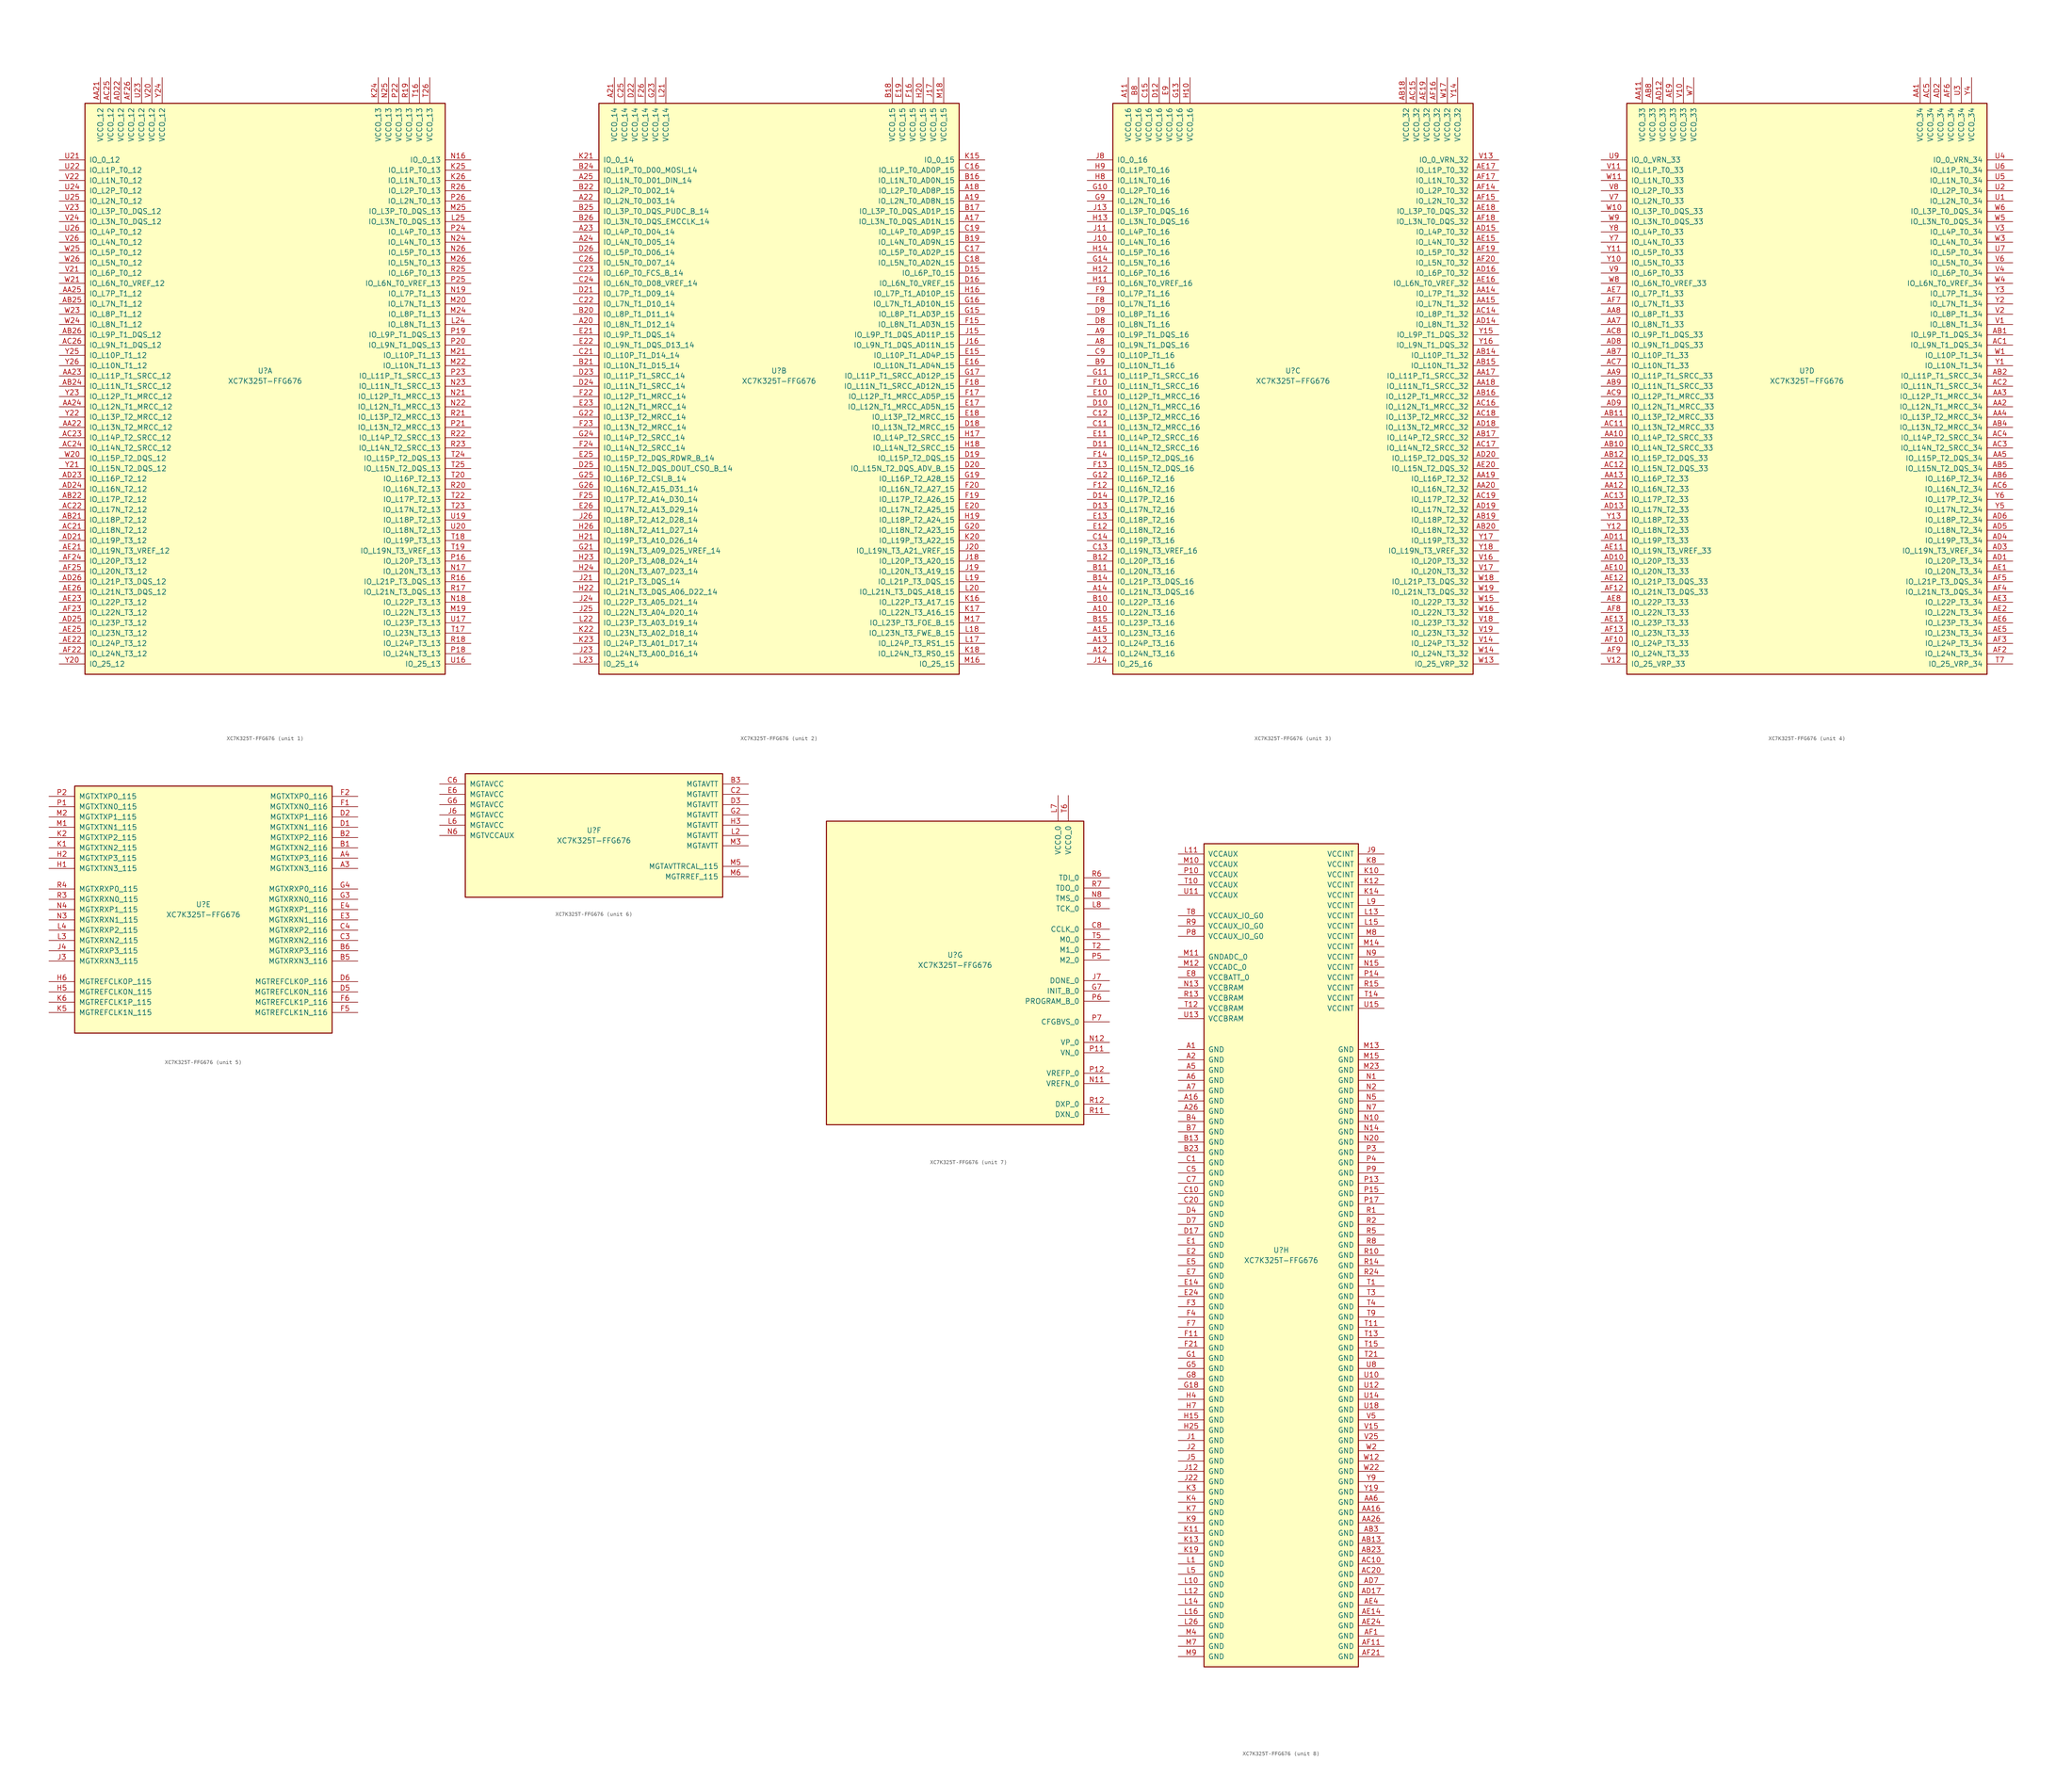
<source format=kicad_sym>
(kicad_symbol_lib
  (version 20231120)
  (generator "kicad_symbol_editor")
  (generator_version "8.0")
  (symbol "XC7K325T-FFG676"
    (pin_names
      (offset 1.016))
    (property "Reference" "U"
      (at 0 1.27 0)
      (effects (font (size 1.27 1.27))))
    (property "Value" "XC7K325T-FFG676"
      (at 0 -1.27 0)
      (effects (font (size 1.27 1.27))))
    (property "Datasheet" ""
      (at 0 0 0)
      (effects (font (size 1.27 1.27))))
    (property "ki_locked" ""
      (at 0 0 0)
      (effects (font (size 1.27 1.27))))
    (symbol "XC7K325T-FFG676_1_1"
      (rectangle (start -44.45 67.31) (end 44.45 -73.66) (stroke (width 0.254) (type default)) (fill (type background)))
      (pin power_in line (at -40.64 73.66 270) (length 6.35) (name "VCCO_12" (effects (font (size 1.27 1.27)))) (number "AA21" (effects (font (size 1.27 1.27)))))
      (pin bidirectional line (at -50.8 -12.7 0) (length 6.35) (name "IO_L13N_T2_MRCC_12" (effects (font (size 1.27 1.27)))) (number "AA22" (effects (font (size 1.27 1.27)))))
      (pin bidirectional line (at -50.8 0 0) (length 6.35) (name "IO_L11P_T1_SRCC_12" (effects (font (size 1.27 1.27)))) (number "AA23" (effects (font (size 1.27 1.27)))))
      (pin bidirectional line (at -50.8 -7.62 0) (length 6.35) (name "IO_L12N_T1_MRCC_12" (effects (font (size 1.27 1.27)))) (number "AA24" (effects (font (size 1.27 1.27)))))
      (pin bidirectional line (at -50.8 20.32 0) (length 6.35) (name "IO_L7P_T1_12" (effects (font (size 1.27 1.27)))) (number "AA25" (effects (font (size 1.27 1.27)))))
      (pin bidirectional line (at -50.8 -35.56 0) (length 6.35) (name "IO_L18P_T2_12" (effects (font (size 1.27 1.27)))) (number "AB21" (effects (font (size 1.27 1.27)))))
      (pin bidirectional line (at -50.8 -30.48 0) (length 6.35) (name "IO_L17P_T2_12" (effects (font (size 1.27 1.27)))) (number "AB22" (effects (font (size 1.27 1.27)))))
      (pin bidirectional line (at -50.8 -2.54 0) (length 6.35) (name "IO_L11N_T1_SRCC_12" (effects (font (size 1.27 1.27)))) (number "AB24" (effects (font (size 1.27 1.27)))))
      (pin bidirectional line (at -50.8 17.78 0) (length 6.35) (name "IO_L7N_T1_12" (effects (font (size 1.27 1.27)))) (number "AB25" (effects (font (size 1.27 1.27)))))
      (pin bidirectional line (at -50.8 10.16 0) (length 6.35) (name "IO_L9P_T1_DQS_12" (effects (font (size 1.27 1.27)))) (number "AB26" (effects (font (size 1.27 1.27)))))
      (pin bidirectional line (at -50.8 -38.1 0) (length 6.35) (name "IO_L18N_T2_12" (effects (font (size 1.27 1.27)))) (number "AC21" (effects (font (size 1.27 1.27)))))
      (pin bidirectional line (at -50.8 -33.02 0) (length 6.35) (name "IO_L17N_T2_12" (effects (font (size 1.27 1.27)))) (number "AC22" (effects (font (size 1.27 1.27)))))
      (pin bidirectional line (at -50.8 -15.24 0) (length 6.35) (name "IO_L14P_T2_SRCC_12" (effects (font (size 1.27 1.27)))) (number "AC23" (effects (font (size 1.27 1.27)))))
      (pin bidirectional line (at -50.8 -17.78 0) (length 6.35) (name "IO_L14N_T2_SRCC_12" (effects (font (size 1.27 1.27)))) (number "AC24" (effects (font (size 1.27 1.27)))))
      (pin power_in line (at -38.1 73.66 270) (length 6.35) (name "VCCO_12" (effects (font (size 1.27 1.27)))) (number "AC25" (effects (font (size 1.27 1.27)))))
      (pin bidirectional line (at -50.8 7.62 0) (length 6.35) (name "IO_L9N_T1_DQS_12" (effects (font (size 1.27 1.27)))) (number "AC26" (effects (font (size 1.27 1.27)))))
      (pin bidirectional line (at -50.8 -40.64 0) (length 6.35) (name "IO_L19P_T3_12" (effects (font (size 1.27 1.27)))) (number "AD21" (effects (font (size 1.27 1.27)))))
      (pin power_in line (at -35.56 73.66 270) (length 6.35) (name "VCCO_12" (effects (font (size 1.27 1.27)))) (number "AD22" (effects (font (size 1.27 1.27)))))
      (pin bidirectional line (at -50.8 -25.4 0) (length 6.35) (name "IO_L16P_T2_12" (effects (font (size 1.27 1.27)))) (number "AD23" (effects (font (size 1.27 1.27)))))
      (pin bidirectional line (at -50.8 -27.94 0) (length 6.35) (name "IO_L16N_T2_12" (effects (font (size 1.27 1.27)))) (number "AD24" (effects (font (size 1.27 1.27)))))
      (pin bidirectional line (at -50.8 -60.96 0) (length 6.35) (name "IO_L23P_T3_12" (effects (font (size 1.27 1.27)))) (number "AD25" (effects (font (size 1.27 1.27)))))
      (pin bidirectional line (at -50.8 -50.8 0) (length 6.35) (name "IO_L21P_T3_DQS_12" (effects (font (size 1.27 1.27)))) (number "AD26" (effects (font (size 1.27 1.27)))))
      (pin bidirectional line (at -50.8 -43.18 0) (length 6.35) (name "IO_L19N_T3_VREF_12" (effects (font (size 1.27 1.27)))) (number "AE21" (effects (font (size 1.27 1.27)))))
      (pin bidirectional line (at -50.8 -66.04 0) (length 6.35) (name "IO_L24P_T3_12" (effects (font (size 1.27 1.27)))) (number "AE22" (effects (font (size 1.27 1.27)))))
      (pin bidirectional line (at -50.8 -55.88 0) (length 6.35) (name "IO_L22P_T3_12" (effects (font (size 1.27 1.27)))) (number "AE23" (effects (font (size 1.27 1.27)))))
      (pin bidirectional line (at -50.8 -63.5 0) (length 6.35) (name "IO_L23N_T3_12" (effects (font (size 1.27 1.27)))) (number "AE25" (effects (font (size 1.27 1.27)))))
      (pin bidirectional line (at -50.8 -53.34 0) (length 6.35) (name "IO_L21N_T3_DQS_12" (effects (font (size 1.27 1.27)))) (number "AE26" (effects (font (size 1.27 1.27)))))
      (pin bidirectional line (at -50.8 -68.58 0) (length 6.35) (name "IO_L24N_T3_12" (effects (font (size 1.27 1.27)))) (number "AF22" (effects (font (size 1.27 1.27)))))
      (pin bidirectional line (at -50.8 -58.42 0) (length 6.35) (name "IO_L22N_T3_12" (effects (font (size 1.27 1.27)))) (number "AF23" (effects (font (size 1.27 1.27)))))
      (pin bidirectional line (at -50.8 -45.72 0) (length 6.35) (name "IO_L20P_T3_12" (effects (font (size 1.27 1.27)))) (number "AF24" (effects (font (size 1.27 1.27)))))
      (pin bidirectional line (at -50.8 -48.26 0) (length 6.35) (name "IO_L20N_T3_12" (effects (font (size 1.27 1.27)))) (number "AF25" (effects (font (size 1.27 1.27)))))
      (pin power_in line (at -33.02 73.66 270) (length 6.35) (name "VCCO_12" (effects (font (size 1.27 1.27)))) (number "AF26" (effects (font (size 1.27 1.27)))))
      (pin power_in line (at 27.94 73.66 270) (length 6.35) (name "VCCO_13" (effects (font (size 1.27 1.27)))) (number "K24" (effects (font (size 1.27 1.27)))))
      (pin bidirectional line (at 50.8 50.8 180) (length 6.35) (name "IO_L1P_T0_13" (effects (font (size 1.27 1.27)))) (number "K25" (effects (font (size 1.27 1.27)))))
      (pin bidirectional line (at 50.8 48.26 180) (length 6.35) (name "IO_L1N_T0_13" (effects (font (size 1.27 1.27)))) (number "K26" (effects (font (size 1.27 1.27)))))
      (pin bidirectional line (at 50.8 12.7 180) (length 6.35) (name "IO_L8N_T1_13" (effects (font (size 1.27 1.27)))) (number "L24" (effects (font (size 1.27 1.27)))))
      (pin bidirectional line (at 50.8 38.1 180) (length 6.35) (name "IO_L3N_T0_DQS_13" (effects (font (size 1.27 1.27)))) (number "L25" (effects (font (size 1.27 1.27)))))
      (pin bidirectional line (at 50.8 -58.42 180) (length 6.35) (name "IO_L22N_T3_13" (effects (font (size 1.27 1.27)))) (number "M19" (effects (font (size 1.27 1.27)))))
      (pin bidirectional line (at 50.8 17.78 180) (length 6.35) (name "IO_L7N_T1_13" (effects (font (size 1.27 1.27)))) (number "M20" (effects (font (size 1.27 1.27)))))
      (pin bidirectional line (at 50.8 5.08 180) (length 6.35) (name "IO_L10P_T1_13" (effects (font (size 1.27 1.27)))) (number "M21" (effects (font (size 1.27 1.27)))))
      (pin bidirectional line (at 50.8 2.54 180) (length 6.35) (name "IO_L10N_T1_13" (effects (font (size 1.27 1.27)))) (number "M22" (effects (font (size 1.27 1.27)))))
      (pin bidirectional line (at 50.8 15.24 180) (length 6.35) (name "IO_L8P_T1_13" (effects (font (size 1.27 1.27)))) (number "M24" (effects (font (size 1.27 1.27)))))
      (pin bidirectional line (at 50.8 40.64 180) (length 6.35) (name "IO_L3P_T0_DQS_13" (effects (font (size 1.27 1.27)))) (number "M25" (effects (font (size 1.27 1.27)))))
      (pin bidirectional line (at 50.8 27.94 180) (length 6.35) (name "IO_L5N_T0_13" (effects (font (size 1.27 1.27)))) (number "M26" (effects (font (size 1.27 1.27)))))
      (pin bidirectional line (at 50.8 53.34 180) (length 6.35) (name "IO_0_13" (effects (font (size 1.27 1.27)))) (number "N16" (effects (font (size 1.27 1.27)))))
      (pin bidirectional line (at 50.8 -48.26 180) (length 6.35) (name "IO_L20N_T3_13" (effects (font (size 1.27 1.27)))) (number "N17" (effects (font (size 1.27 1.27)))))
      (pin bidirectional line (at 50.8 -55.88 180) (length 6.35) (name "IO_L22P_T3_13" (effects (font (size 1.27 1.27)))) (number "N18" (effects (font (size 1.27 1.27)))))
      (pin bidirectional line (at 50.8 20.32 180) (length 6.35) (name "IO_L7P_T1_13" (effects (font (size 1.27 1.27)))) (number "N19" (effects (font (size 1.27 1.27)))))
      (pin bidirectional line (at 50.8 -5.08 180) (length 6.35) (name "IO_L12P_T1_MRCC_13" (effects (font (size 1.27 1.27)))) (number "N21" (effects (font (size 1.27 1.27)))))
      (pin bidirectional line (at 50.8 -7.62 180) (length 6.35) (name "IO_L12N_T1_MRCC_13" (effects (font (size 1.27 1.27)))) (number "N22" (effects (font (size 1.27 1.27)))))
      (pin bidirectional line (at 50.8 -2.54 180) (length 6.35) (name "IO_L11N_T1_SRCC_13" (effects (font (size 1.27 1.27)))) (number "N23" (effects (font (size 1.27 1.27)))))
      (pin bidirectional line (at 50.8 33.02 180) (length 6.35) (name "IO_L4N_T0_13" (effects (font (size 1.27 1.27)))) (number "N24" (effects (font (size 1.27 1.27)))))
      (pin power_in line (at 30.48 73.66 270) (length 6.35) (name "VCCO_13" (effects (font (size 1.27 1.27)))) (number "N25" (effects (font (size 1.27 1.27)))))
      (pin bidirectional line (at 50.8 30.48 180) (length 6.35) (name "IO_L5P_T0_13" (effects (font (size 1.27 1.27)))) (number "N26" (effects (font (size 1.27 1.27)))))
      (pin bidirectional line (at 50.8 -45.72 180) (length 6.35) (name "IO_L20P_T3_13" (effects (font (size 1.27 1.27)))) (number "P16" (effects (font (size 1.27 1.27)))))
      (pin bidirectional line (at 50.8 -68.58 180) (length 6.35) (name "IO_L24N_T3_13" (effects (font (size 1.27 1.27)))) (number "P18" (effects (font (size 1.27 1.27)))))
      (pin bidirectional line (at 50.8 10.16 180) (length 6.35) (name "IO_L9P_T1_DQS_13" (effects (font (size 1.27 1.27)))) (number "P19" (effects (font (size 1.27 1.27)))))
      (pin bidirectional line (at 50.8 7.62 180) (length 6.35) (name "IO_L9N_T1_DQS_13" (effects (font (size 1.27 1.27)))) (number "P20" (effects (font (size 1.27 1.27)))))
      (pin bidirectional line (at 50.8 -12.7 180) (length 6.35) (name "IO_L13N_T2_MRCC_13" (effects (font (size 1.27 1.27)))) (number "P21" (effects (font (size 1.27 1.27)))))
      (pin power_in line (at 33.02 73.66 270) (length 6.35) (name "VCCO_13" (effects (font (size 1.27 1.27)))) (number "P22" (effects (font (size 1.27 1.27)))))
      (pin bidirectional line (at 50.8 0 180) (length 6.35) (name "IO_L11P_T1_SRCC_13" (effects (font (size 1.27 1.27)))) (number "P23" (effects (font (size 1.27 1.27)))))
      (pin bidirectional line (at 50.8 35.56 180) (length 6.35) (name "IO_L4P_T0_13" (effects (font (size 1.27 1.27)))) (number "P24" (effects (font (size 1.27 1.27)))))
      (pin bidirectional line (at 50.8 22.86 180) (length 6.35) (name "IO_L6N_T0_VREF_13" (effects (font (size 1.27 1.27)))) (number "P25" (effects (font (size 1.27 1.27)))))
      (pin bidirectional line (at 50.8 43.18 180) (length 6.35) (name "IO_L2N_T0_13" (effects (font (size 1.27 1.27)))) (number "P26" (effects (font (size 1.27 1.27)))))
      (pin bidirectional line (at 50.8 -50.8 180) (length 6.35) (name "IO_L21P_T3_DQS_13" (effects (font (size 1.27 1.27)))) (number "R16" (effects (font (size 1.27 1.27)))))
      (pin bidirectional line (at 50.8 -53.34 180) (length 6.35) (name "IO_L21N_T3_DQS_13" (effects (font (size 1.27 1.27)))) (number "R17" (effects (font (size 1.27 1.27)))))
      (pin bidirectional line (at 50.8 -66.04 180) (length 6.35) (name "IO_L24P_T3_13" (effects (font (size 1.27 1.27)))) (number "R18" (effects (font (size 1.27 1.27)))))
      (pin power_in line (at 35.56 73.66 270) (length 6.35) (name "VCCO_13" (effects (font (size 1.27 1.27)))) (number "R19" (effects (font (size 1.27 1.27)))))
      (pin bidirectional line (at 50.8 -27.94 180) (length 6.35) (name "IO_L16N_T2_13" (effects (font (size 1.27 1.27)))) (number "R20" (effects (font (size 1.27 1.27)))))
      (pin bidirectional line (at 50.8 -10.16 180) (length 6.35) (name "IO_L13P_T2_MRCC_13" (effects (font (size 1.27 1.27)))) (number "R21" (effects (font (size 1.27 1.27)))))
      (pin bidirectional line (at 50.8 -15.24 180) (length 6.35) (name "IO_L14P_T2_SRCC_13" (effects (font (size 1.27 1.27)))) (number "R22" (effects (font (size 1.27 1.27)))))
      (pin bidirectional line (at 50.8 -17.78 180) (length 6.35) (name "IO_L14N_T2_SRCC_13" (effects (font (size 1.27 1.27)))) (number "R23" (effects (font (size 1.27 1.27)))))
      (pin bidirectional line (at 50.8 25.4 180) (length 6.35) (name "IO_L6P_T0_13" (effects (font (size 1.27 1.27)))) (number "R25" (effects (font (size 1.27 1.27)))))
      (pin bidirectional line (at 50.8 45.72 180) (length 6.35) (name "IO_L2P_T0_13" (effects (font (size 1.27 1.27)))) (number "R26" (effects (font (size 1.27 1.27)))))
      (pin power_in line (at 38.1 73.66 270) (length 6.35) (name "VCCO_13" (effects (font (size 1.27 1.27)))) (number "T16" (effects (font (size 1.27 1.27)))))
      (pin bidirectional line (at 50.8 -63.5 180) (length 6.35) (name "IO_L23N_T3_13" (effects (font (size 1.27 1.27)))) (number "T17" (effects (font (size 1.27 1.27)))))
      (pin bidirectional line (at 50.8 -40.64 180) (length 6.35) (name "IO_L19P_T3_13" (effects (font (size 1.27 1.27)))) (number "T18" (effects (font (size 1.27 1.27)))))
      (pin bidirectional line (at 50.8 -43.18 180) (length 6.35) (name "IO_L19N_T3_VREF_13" (effects (font (size 1.27 1.27)))) (number "T19" (effects (font (size 1.27 1.27)))))
      (pin bidirectional line (at 50.8 -25.4 180) (length 6.35) (name "IO_L16P_T2_13" (effects (font (size 1.27 1.27)))) (number "T20" (effects (font (size 1.27 1.27)))))
      (pin bidirectional line (at 50.8 -30.48 180) (length 6.35) (name "IO_L17P_T2_13" (effects (font (size 1.27 1.27)))) (number "T22" (effects (font (size 1.27 1.27)))))
      (pin bidirectional line (at 50.8 -33.02 180) (length 6.35) (name "IO_L17N_T2_13" (effects (font (size 1.27 1.27)))) (number "T23" (effects (font (size 1.27 1.27)))))
      (pin bidirectional line (at 50.8 -20.32 180) (length 6.35) (name "IO_L15P_T2_DQS_13" (effects (font (size 1.27 1.27)))) (number "T24" (effects (font (size 1.27 1.27)))))
      (pin bidirectional line (at 50.8 -22.86 180) (length 6.35) (name "IO_L15N_T2_DQS_13" (effects (font (size 1.27 1.27)))) (number "T25" (effects (font (size 1.27 1.27)))))
      (pin power_in line (at 40.64 73.66 270) (length 6.35) (name "VCCO_13" (effects (font (size 1.27 1.27)))) (number "T26" (effects (font (size 1.27 1.27)))))
      (pin bidirectional line (at 50.8 -71.12 180) (length 6.35) (name "IO_25_13" (effects (font (size 1.27 1.27)))) (number "U16" (effects (font (size 1.27 1.27)))))
      (pin bidirectional line (at 50.8 -60.96 180) (length 6.35) (name "IO_L23P_T3_13" (effects (font (size 1.27 1.27)))) (number "U17" (effects (font (size 1.27 1.27)))))
      (pin bidirectional line (at 50.8 -35.56 180) (length 6.35) (name "IO_L18P_T2_13" (effects (font (size 1.27 1.27)))) (number "U19" (effects (font (size 1.27 1.27)))))
      (pin bidirectional line (at 50.8 -38.1 180) (length 6.35) (name "IO_L18N_T2_13" (effects (font (size 1.27 1.27)))) (number "U20" (effects (font (size 1.27 1.27)))))
      (pin bidirectional line (at -50.8 53.34 0) (length 6.35) (name "IO_0_12" (effects (font (size 1.27 1.27)))) (number "U21" (effects (font (size 1.27 1.27)))))
      (pin bidirectional line (at -50.8 50.8 0) (length 6.35) (name "IO_L1P_T0_12" (effects (font (size 1.27 1.27)))) (number "U22" (effects (font (size 1.27 1.27)))))
      (pin power_in line (at -30.48 73.66 270) (length 6.35) (name "VCCO_12" (effects (font (size 1.27 1.27)))) (number "U23" (effects (font (size 1.27 1.27)))))
      (pin bidirectional line (at -50.8 45.72 0) (length 6.35) (name "IO_L2P_T0_12" (effects (font (size 1.27 1.27)))) (number "U24" (effects (font (size 1.27 1.27)))))
      (pin bidirectional line (at -50.8 43.18 0) (length 6.35) (name "IO_L2N_T0_12" (effects (font (size 1.27 1.27)))) (number "U25" (effects (font (size 1.27 1.27)))))
      (pin bidirectional line (at -50.8 35.56 0) (length 6.35) (name "IO_L4P_T0_12" (effects (font (size 1.27 1.27)))) (number "U26" (effects (font (size 1.27 1.27)))))
      (pin power_in line (at -27.94 73.66 270) (length 6.35) (name "VCCO_12" (effects (font (size 1.27 1.27)))) (number "V20" (effects (font (size 1.27 1.27)))))
      (pin bidirectional line (at -50.8 25.4 0) (length 6.35) (name "IO_L6P_T0_12" (effects (font (size 1.27 1.27)))) (number "V21" (effects (font (size 1.27 1.27)))))
      (pin bidirectional line (at -50.8 48.26 0) (length 6.35) (name "IO_L1N_T0_12" (effects (font (size 1.27 1.27)))) (number "V22" (effects (font (size 1.27 1.27)))))
      (pin bidirectional line (at -50.8 40.64 0) (length 6.35) (name "IO_L3P_T0_DQS_12" (effects (font (size 1.27 1.27)))) (number "V23" (effects (font (size 1.27 1.27)))))
      (pin bidirectional line (at -50.8 38.1 0) (length 6.35) (name "IO_L3N_T0_DQS_12" (effects (font (size 1.27 1.27)))) (number "V24" (effects (font (size 1.27 1.27)))))
      (pin bidirectional line (at -50.8 33.02 0) (length 6.35) (name "IO_L4N_T0_12" (effects (font (size 1.27 1.27)))) (number "V26" (effects (font (size 1.27 1.27)))))
      (pin bidirectional line (at -50.8 -20.32 0) (length 6.35) (name "IO_L15P_T2_DQS_12" (effects (font (size 1.27 1.27)))) (number "W20" (effects (font (size 1.27 1.27)))))
      (pin bidirectional line (at -50.8 22.86 0) (length 6.35) (name "IO_L6N_T0_VREF_12" (effects (font (size 1.27 1.27)))) (number "W21" (effects (font (size 1.27 1.27)))))
      (pin bidirectional line (at -50.8 15.24 0) (length 6.35) (name "IO_L8P_T1_12" (effects (font (size 1.27 1.27)))) (number "W23" (effects (font (size 1.27 1.27)))))
      (pin bidirectional line (at -50.8 12.7 0) (length 6.35) (name "IO_L8N_T1_12" (effects (font (size 1.27 1.27)))) (number "W24" (effects (font (size 1.27 1.27)))))
      (pin bidirectional line (at -50.8 30.48 0) (length 6.35) (name "IO_L5P_T0_12" (effects (font (size 1.27 1.27)))) (number "W25" (effects (font (size 1.27 1.27)))))
      (pin bidirectional line (at -50.8 27.94 0) (length 6.35) (name "IO_L5N_T0_12" (effects (font (size 1.27 1.27)))) (number "W26" (effects (font (size 1.27 1.27)))))
      (pin bidirectional line (at -50.8 -71.12 0) (length 6.35) (name "IO_25_12" (effects (font (size 1.27 1.27)))) (number "Y20" (effects (font (size 1.27 1.27)))))
      (pin bidirectional line (at -50.8 -22.86 0) (length 6.35) (name "IO_L15N_T2_DQS_12" (effects (font (size 1.27 1.27)))) (number "Y21" (effects (font (size 1.27 1.27)))))
      (pin bidirectional line (at -50.8 -10.16 0) (length 6.35) (name "IO_L13P_T2_MRCC_12" (effects (font (size 1.27 1.27)))) (number "Y22" (effects (font (size 1.27 1.27)))))
      (pin bidirectional line (at -50.8 -5.08 0) (length 6.35) (name "IO_L12P_T1_MRCC_12" (effects (font (size 1.27 1.27)))) (number "Y23" (effects (font (size 1.27 1.27)))))
      (pin power_in line (at -25.4 73.66 270) (length 6.35) (name "VCCO_12" (effects (font (size 1.27 1.27)))) (number "Y24" (effects (font (size 1.27 1.27)))))
      (pin bidirectional line (at -50.8 5.08 0) (length 6.35) (name "IO_L10P_T1_12" (effects (font (size 1.27 1.27)))) (number "Y25" (effects (font (size 1.27 1.27)))))
      (pin bidirectional line (at -50.8 2.54 0) (length 6.35) (name "IO_L10N_T1_12" (effects (font (size 1.27 1.27)))) (number "Y26" (effects (font (size 1.27 1.27))))))
    (symbol "XC7K325T-FFG676_2_1"
      (rectangle (start -44.45 67.31) (end 44.45 -73.66) (stroke (width 0.254) (type default)) (fill (type background)))
      (pin bidirectional line (at 50.8 38.1 180) (length 6.35) (name "IO_L3N_T0_DQS_AD1N_15" (effects (font (size 1.27 1.27)))) (number "A17" (effects (font (size 1.27 1.27)))))
      (pin bidirectional line (at 50.8 45.72 180) (length 6.35) (name "IO_L2P_T0_AD8P_15" (effects (font (size 1.27 1.27)))) (number "A18" (effects (font (size 1.27 1.27)))))
      (pin bidirectional line (at 50.8 43.18 180) (length 6.35) (name "IO_L2N_T0_AD8N_15" (effects (font (size 1.27 1.27)))) (number "A19" (effects (font (size 1.27 1.27)))))
      (pin bidirectional line (at -50.8 12.7 0) (length 6.35) (name "IO_L8N_T1_D12_14" (effects (font (size 1.27 1.27)))) (number "A20" (effects (font (size 1.27 1.27)))))
      (pin power_in line (at -40.64 73.66 270) (length 6.35) (name "VCCO_14" (effects (font (size 1.27 1.27)))) (number "A21" (effects (font (size 1.27 1.27)))))
      (pin bidirectional line (at -50.8 43.18 0) (length 6.35) (name "IO_L2N_T0_D03_14" (effects (font (size 1.27 1.27)))) (number "A22" (effects (font (size 1.27 1.27)))))
      (pin bidirectional line (at -50.8 35.56 0) (length 6.35) (name "IO_L4P_T0_D04_14" (effects (font (size 1.27 1.27)))) (number "A23" (effects (font (size 1.27 1.27)))))
      (pin bidirectional line (at -50.8 33.02 0) (length 6.35) (name "IO_L4N_T0_D05_14" (effects (font (size 1.27 1.27)))) (number "A24" (effects (font (size 1.27 1.27)))))
      (pin bidirectional line (at -50.8 48.26 0) (length 6.35) (name "IO_L1N_T0_D01_DIN_14" (effects (font (size 1.27 1.27)))) (number "A25" (effects (font (size 1.27 1.27)))))
      (pin bidirectional line (at 50.8 48.26 180) (length 6.35) (name "IO_L1N_T0_AD0N_15" (effects (font (size 1.27 1.27)))) (number "B16" (effects (font (size 1.27 1.27)))))
      (pin bidirectional line (at 50.8 40.64 180) (length 6.35) (name "IO_L3P_T0_DQS_AD1P_15" (effects (font (size 1.27 1.27)))) (number "B17" (effects (font (size 1.27 1.27)))))
      (pin power_in line (at 27.94 73.66 270) (length 6.35) (name "VCCO_15" (effects (font (size 1.27 1.27)))) (number "B18" (effects (font (size 1.27 1.27)))))
      (pin bidirectional line (at 50.8 33.02 180) (length 6.35) (name "IO_L4N_T0_AD9N_15" (effects (font (size 1.27 1.27)))) (number "B19" (effects (font (size 1.27 1.27)))))
      (pin bidirectional line (at -50.8 15.24 0) (length 6.35) (name "IO_L8P_T1_D11_14" (effects (font (size 1.27 1.27)))) (number "B20" (effects (font (size 1.27 1.27)))))
      (pin bidirectional line (at -50.8 2.54 0) (length 6.35) (name "IO_L10N_T1_D15_14" (effects (font (size 1.27 1.27)))) (number "B21" (effects (font (size 1.27 1.27)))))
      (pin bidirectional line (at -50.8 45.72 0) (length 6.35) (name "IO_L2P_T0_D02_14" (effects (font (size 1.27 1.27)))) (number "B22" (effects (font (size 1.27 1.27)))))
      (pin bidirectional line (at -50.8 50.8 0) (length 6.35) (name "IO_L1P_T0_D00_MOSI_14" (effects (font (size 1.27 1.27)))) (number "B24" (effects (font (size 1.27 1.27)))))
      (pin bidirectional line (at -50.8 40.64 0) (length 6.35) (name "IO_L3P_T0_DQS_PUDC_B_14" (effects (font (size 1.27 1.27)))) (number "B25" (effects (font (size 1.27 1.27)))))
      (pin bidirectional line (at -50.8 38.1 0) (length 6.35) (name "IO_L3N_T0_DQS_EMCCLK_14" (effects (font (size 1.27 1.27)))) (number "B26" (effects (font (size 1.27 1.27)))))
      (pin bidirectional line (at 50.8 50.8 180) (length 6.35) (name "IO_L1P_T0_AD0P_15" (effects (font (size 1.27 1.27)))) (number "C16" (effects (font (size 1.27 1.27)))))
      (pin bidirectional line (at 50.8 30.48 180) (length 6.35) (name "IO_L5P_T0_AD2P_15" (effects (font (size 1.27 1.27)))) (number "C17" (effects (font (size 1.27 1.27)))))
      (pin bidirectional line (at 50.8 27.94 180) (length 6.35) (name "IO_L5N_T0_AD2N_15" (effects (font (size 1.27 1.27)))) (number "C18" (effects (font (size 1.27 1.27)))))
      (pin bidirectional line (at 50.8 35.56 180) (length 6.35) (name "IO_L4P_T0_AD9P_15" (effects (font (size 1.27 1.27)))) (number "C19" (effects (font (size 1.27 1.27)))))
      (pin bidirectional line (at -50.8 5.08 0) (length 6.35) (name "IO_L10P_T1_D14_14" (effects (font (size 1.27 1.27)))) (number "C21" (effects (font (size 1.27 1.27)))))
      (pin bidirectional line (at -50.8 17.78 0) (length 6.35) (name "IO_L7N_T1_D10_14" (effects (font (size 1.27 1.27)))) (number "C22" (effects (font (size 1.27 1.27)))))
      (pin bidirectional line (at -50.8 25.4 0) (length 6.35) (name "IO_L6P_T0_FCS_B_14" (effects (font (size 1.27 1.27)))) (number "C23" (effects (font (size 1.27 1.27)))))
      (pin bidirectional line (at -50.8 22.86 0) (length 6.35) (name "IO_L6N_T0_D08_VREF_14" (effects (font (size 1.27 1.27)))) (number "C24" (effects (font (size 1.27 1.27)))))
      (pin power_in line (at -38.1 73.66 270) (length 6.35) (name "VCCO_14" (effects (font (size 1.27 1.27)))) (number "C25" (effects (font (size 1.27 1.27)))))
      (pin bidirectional line (at -50.8 27.94 0) (length 6.35) (name "IO_L5N_T0_D07_14" (effects (font (size 1.27 1.27)))) (number "C26" (effects (font (size 1.27 1.27)))))
      (pin bidirectional line (at 50.8 25.4 180) (length 6.35) (name "IO_L6P_T0_15" (effects (font (size 1.27 1.27)))) (number "D15" (effects (font (size 1.27 1.27)))))
      (pin bidirectional line (at 50.8 22.86 180) (length 6.35) (name "IO_L6N_T0_VREF_15" (effects (font (size 1.27 1.27)))) (number "D16" (effects (font (size 1.27 1.27)))))
      (pin bidirectional line (at 50.8 -12.7 180) (length 6.35) (name "IO_L13N_T2_MRCC_15" (effects (font (size 1.27 1.27)))) (number "D18" (effects (font (size 1.27 1.27)))))
      (pin bidirectional line (at 50.8 -20.32 180) (length 6.35) (name "IO_L15P_T2_DQS_15" (effects (font (size 1.27 1.27)))) (number "D19" (effects (font (size 1.27 1.27)))))
      (pin bidirectional line (at 50.8 -22.86 180) (length 6.35) (name "IO_L15N_T2_DQS_ADV_B_15" (effects (font (size 1.27 1.27)))) (number "D20" (effects (font (size 1.27 1.27)))))
      (pin bidirectional line (at -50.8 20.32 0) (length 6.35) (name "IO_L7P_T1_D09_14" (effects (font (size 1.27 1.27)))) (number "D21" (effects (font (size 1.27 1.27)))))
      (pin power_in line (at -35.56 73.66 270) (length 6.35) (name "VCCO_14" (effects (font (size 1.27 1.27)))) (number "D22" (effects (font (size 1.27 1.27)))))
      (pin bidirectional line (at -50.8 0 0) (length 6.35) (name "IO_L11P_T1_SRCC_14" (effects (font (size 1.27 1.27)))) (number "D23" (effects (font (size 1.27 1.27)))))
      (pin bidirectional line (at -50.8 -2.54 0) (length 6.35) (name "IO_L11N_T1_SRCC_14" (effects (font (size 1.27 1.27)))) (number "D24" (effects (font (size 1.27 1.27)))))
      (pin bidirectional line (at -50.8 -22.86 0) (length 6.35) (name "IO_L15N_T2_DQS_DOUT_CSO_B_14" (effects (font (size 1.27 1.27)))) (number "D25" (effects (font (size 1.27 1.27)))))
      (pin bidirectional line (at -50.8 30.48 0) (length 6.35) (name "IO_L5P_T0_D06_14" (effects (font (size 1.27 1.27)))) (number "D26" (effects (font (size 1.27 1.27)))))
      (pin bidirectional line (at 50.8 5.08 180) (length 6.35) (name "IO_L10P_T1_AD4P_15" (effects (font (size 1.27 1.27)))) (number "E15" (effects (font (size 1.27 1.27)))))
      (pin bidirectional line (at 50.8 2.54 180) (length 6.35) (name "IO_L10N_T1_AD4N_15" (effects (font (size 1.27 1.27)))) (number "E16" (effects (font (size 1.27 1.27)))))
      (pin bidirectional line (at 50.8 -7.62 180) (length 6.35) (name "IO_L12N_T1_MRCC_AD5N_15" (effects (font (size 1.27 1.27)))) (number "E17" (effects (font (size 1.27 1.27)))))
      (pin bidirectional line (at 50.8 -10.16 180) (length 6.35) (name "IO_L13P_T2_MRCC_15" (effects (font (size 1.27 1.27)))) (number "E18" (effects (font (size 1.27 1.27)))))
      (pin power_in line (at 30.48 73.66 270) (length 6.35) (name "VCCO_15" (effects (font (size 1.27 1.27)))) (number "E19" (effects (font (size 1.27 1.27)))))
      (pin bidirectional line (at 50.8 -33.02 180) (length 6.35) (name "IO_L17N_T2_A25_15" (effects (font (size 1.27 1.27)))) (number "E20" (effects (font (size 1.27 1.27)))))
      (pin bidirectional line (at -50.8 10.16 0) (length 6.35) (name "IO_L9P_T1_DQS_14" (effects (font (size 1.27 1.27)))) (number "E21" (effects (font (size 1.27 1.27)))))
      (pin bidirectional line (at -50.8 7.62 0) (length 6.35) (name "IO_L9N_T1_DQS_D13_14" (effects (font (size 1.27 1.27)))) (number "E22" (effects (font (size 1.27 1.27)))))
      (pin bidirectional line (at -50.8 -7.62 0) (length 6.35) (name "IO_L12N_T1_MRCC_14" (effects (font (size 1.27 1.27)))) (number "E23" (effects (font (size 1.27 1.27)))))
      (pin bidirectional line (at -50.8 -20.32 0) (length 6.35) (name "IO_L15P_T2_DQS_RDWR_B_14" (effects (font (size 1.27 1.27)))) (number "E25" (effects (font (size 1.27 1.27)))))
      (pin bidirectional line (at -50.8 -33.02 0) (length 6.35) (name "IO_L17N_T2_A13_D29_14" (effects (font (size 1.27 1.27)))) (number "E26" (effects (font (size 1.27 1.27)))))
      (pin bidirectional line (at 50.8 12.7 180) (length 6.35) (name "IO_L8N_T1_AD3N_15" (effects (font (size 1.27 1.27)))) (number "F15" (effects (font (size 1.27 1.27)))))
      (pin power_in line (at 33.02 73.66 270) (length 6.35) (name "VCCO_15" (effects (font (size 1.27 1.27)))) (number "F16" (effects (font (size 1.27 1.27)))))
      (pin bidirectional line (at 50.8 -5.08 180) (length 6.35) (name "IO_L12P_T1_MRCC_AD5P_15" (effects (font (size 1.27 1.27)))) (number "F17" (effects (font (size 1.27 1.27)))))
      (pin bidirectional line (at 50.8 -2.54 180) (length 6.35) (name "IO_L11N_T1_SRCC_AD12N_15" (effects (font (size 1.27 1.27)))) (number "F18" (effects (font (size 1.27 1.27)))))
      (pin bidirectional line (at 50.8 -30.48 180) (length 6.35) (name "IO_L17P_T2_A26_15" (effects (font (size 1.27 1.27)))) (number "F19" (effects (font (size 1.27 1.27)))))
      (pin bidirectional line (at 50.8 -27.94 180) (length 6.35) (name "IO_L16N_T2_A27_15" (effects (font (size 1.27 1.27)))) (number "F20" (effects (font (size 1.27 1.27)))))
      (pin bidirectional line (at -50.8 -5.08 0) (length 6.35) (name "IO_L12P_T1_MRCC_14" (effects (font (size 1.27 1.27)))) (number "F22" (effects (font (size 1.27 1.27)))))
      (pin bidirectional line (at -50.8 -12.7 0) (length 6.35) (name "IO_L13N_T2_MRCC_14" (effects (font (size 1.27 1.27)))) (number "F23" (effects (font (size 1.27 1.27)))))
      (pin bidirectional line (at -50.8 -17.78 0) (length 6.35) (name "IO_L14N_T2_SRCC_14" (effects (font (size 1.27 1.27)))) (number "F24" (effects (font (size 1.27 1.27)))))
      (pin bidirectional line (at -50.8 -30.48 0) (length 6.35) (name "IO_L17P_T2_A14_D30_14" (effects (font (size 1.27 1.27)))) (number "F25" (effects (font (size 1.27 1.27)))))
      (pin power_in line (at -33.02 73.66 270) (length 6.35) (name "VCCO_14" (effects (font (size 1.27 1.27)))) (number "F26" (effects (font (size 1.27 1.27)))))
      (pin bidirectional line (at 50.8 15.24 180) (length 6.35) (name "IO_L8P_T1_AD3P_15" (effects (font (size 1.27 1.27)))) (number "G15" (effects (font (size 1.27 1.27)))))
      (pin bidirectional line (at 50.8 17.78 180) (length 6.35) (name "IO_L7N_T1_AD10N_15" (effects (font (size 1.27 1.27)))) (number "G16" (effects (font (size 1.27 1.27)))))
      (pin bidirectional line (at 50.8 0 180) (length 6.35) (name "IO_L11P_T1_SRCC_AD12P_15" (effects (font (size 1.27 1.27)))) (number "G17" (effects (font (size 1.27 1.27)))))
      (pin bidirectional line (at 50.8 -25.4 180) (length 6.35) (name "IO_L16P_T2_A28_15" (effects (font (size 1.27 1.27)))) (number "G19" (effects (font (size 1.27 1.27)))))
      (pin bidirectional line (at 50.8 -38.1 180) (length 6.35) (name "IO_L18N_T2_A23_15" (effects (font (size 1.27 1.27)))) (number "G20" (effects (font (size 1.27 1.27)))))
      (pin bidirectional line (at -50.8 -43.18 0) (length 6.35) (name "IO_L19N_T3_A09_D25_VREF_14" (effects (font (size 1.27 1.27)))) (number "G21" (effects (font (size 1.27 1.27)))))
      (pin bidirectional line (at -50.8 -10.16 0) (length 6.35) (name "IO_L13P_T2_MRCC_14" (effects (font (size 1.27 1.27)))) (number "G22" (effects (font (size 1.27 1.27)))))
      (pin power_in line (at -30.48 73.66 270) (length 6.35) (name "VCCO_14" (effects (font (size 1.27 1.27)))) (number "G23" (effects (font (size 1.27 1.27)))))
      (pin bidirectional line (at -50.8 -15.24 0) (length 6.35) (name "IO_L14P_T2_SRCC_14" (effects (font (size 1.27 1.27)))) (number "G24" (effects (font (size 1.27 1.27)))))
      (pin bidirectional line (at -50.8 -25.4 0) (length 6.35) (name "IO_L16P_T2_CSI_B_14" (effects (font (size 1.27 1.27)))) (number "G25" (effects (font (size 1.27 1.27)))))
      (pin bidirectional line (at -50.8 -27.94 0) (length 6.35) (name "IO_L16N_T2_A15_D31_14" (effects (font (size 1.27 1.27)))) (number "G26" (effects (font (size 1.27 1.27)))))
      (pin bidirectional line (at 50.8 20.32 180) (length 6.35) (name "IO_L7P_T1_AD10P_15" (effects (font (size 1.27 1.27)))) (number "H16" (effects (font (size 1.27 1.27)))))
      (pin bidirectional line (at 50.8 -15.24 180) (length 6.35) (name "IO_L14P_T2_SRCC_15" (effects (font (size 1.27 1.27)))) (number "H17" (effects (font (size 1.27 1.27)))))
      (pin bidirectional line (at 50.8 -17.78 180) (length 6.35) (name "IO_L14N_T2_SRCC_15" (effects (font (size 1.27 1.27)))) (number "H18" (effects (font (size 1.27 1.27)))))
      (pin bidirectional line (at 50.8 -35.56 180) (length 6.35) (name "IO_L18P_T2_A24_15" (effects (font (size 1.27 1.27)))) (number "H19" (effects (font (size 1.27 1.27)))))
      (pin power_in line (at 35.56 73.66 270) (length 6.35) (name "VCCO_15" (effects (font (size 1.27 1.27)))) (number "H20" (effects (font (size 1.27 1.27)))))
      (pin bidirectional line (at -50.8 -40.64 0) (length 6.35) (name "IO_L19P_T3_A10_D26_14" (effects (font (size 1.27 1.27)))) (number "H21" (effects (font (size 1.27 1.27)))))
      (pin bidirectional line (at -50.8 -53.34 0) (length 6.35) (name "IO_L21N_T3_DQS_A06_D22_14" (effects (font (size 1.27 1.27)))) (number "H22" (effects (font (size 1.27 1.27)))))
      (pin bidirectional line (at -50.8 -45.72 0) (length 6.35) (name "IO_L20P_T3_A08_D24_14" (effects (font (size 1.27 1.27)))) (number "H23" (effects (font (size 1.27 1.27)))))
      (pin bidirectional line (at -50.8 -48.26 0) (length 6.35) (name "IO_L20N_T3_A07_D23_14" (effects (font (size 1.27 1.27)))) (number "H24" (effects (font (size 1.27 1.27)))))
      (pin bidirectional line (at -50.8 -38.1 0) (length 6.35) (name "IO_L18N_T2_A11_D27_14" (effects (font (size 1.27 1.27)))) (number "H26" (effects (font (size 1.27 1.27)))))
      (pin bidirectional line (at 50.8 10.16 180) (length 6.35) (name "IO_L9P_T1_DQS_AD11P_15" (effects (font (size 1.27 1.27)))) (number "J15" (effects (font (size 1.27 1.27)))))
      (pin bidirectional line (at 50.8 7.62 180) (length 6.35) (name "IO_L9N_T1_DQS_AD11N_15" (effects (font (size 1.27 1.27)))) (number "J16" (effects (font (size 1.27 1.27)))))
      (pin power_in line (at 38.1 73.66 270) (length 6.35) (name "VCCO_15" (effects (font (size 1.27 1.27)))) (number "J17" (effects (font (size 1.27 1.27)))))
      (pin bidirectional line (at 50.8 -45.72 180) (length 6.35) (name "IO_L20P_T3_A20_15" (effects (font (size 1.27 1.27)))) (number "J18" (effects (font (size 1.27 1.27)))))
      (pin bidirectional line (at 50.8 -48.26 180) (length 6.35) (name "IO_L20N_T3_A19_15" (effects (font (size 1.27 1.27)))) (number "J19" (effects (font (size 1.27 1.27)))))
      (pin bidirectional line (at 50.8 -43.18 180) (length 6.35) (name "IO_L19N_T3_A21_VREF_15" (effects (font (size 1.27 1.27)))) (number "J20" (effects (font (size 1.27 1.27)))))
      (pin bidirectional line (at -50.8 -50.8 0) (length 6.35) (name "IO_L21P_T3_DQS_14" (effects (font (size 1.27 1.27)))) (number "J21" (effects (font (size 1.27 1.27)))))
      (pin bidirectional line (at -50.8 -68.58 0) (length 6.35) (name "IO_L24N_T3_A00_D16_14" (effects (font (size 1.27 1.27)))) (number "J23" (effects (font (size 1.27 1.27)))))
      (pin bidirectional line (at -50.8 -55.88 0) (length 6.35) (name "IO_L22P_T3_A05_D21_14" (effects (font (size 1.27 1.27)))) (number "J24" (effects (font (size 1.27 1.27)))))
      (pin bidirectional line (at -50.8 -58.42 0) (length 6.35) (name "IO_L22N_T3_A04_D20_14" (effects (font (size 1.27 1.27)))) (number "J25" (effects (font (size 1.27 1.27)))))
      (pin bidirectional line (at -50.8 -35.56 0) (length 6.35) (name "IO_L18P_T2_A12_D28_14" (effects (font (size 1.27 1.27)))) (number "J26" (effects (font (size 1.27 1.27)))))
      (pin bidirectional line (at 50.8 53.34 180) (length 6.35) (name "IO_0_15" (effects (font (size 1.27 1.27)))) (number "K15" (effects (font (size 1.27 1.27)))))
      (pin bidirectional line (at 50.8 -55.88 180) (length 6.35) (name "IO_L22P_T3_A17_15" (effects (font (size 1.27 1.27)))) (number "K16" (effects (font (size 1.27 1.27)))))
      (pin bidirectional line (at 50.8 -58.42 180) (length 6.35) (name "IO_L22N_T3_A16_15" (effects (font (size 1.27 1.27)))) (number "K17" (effects (font (size 1.27 1.27)))))
      (pin bidirectional line (at 50.8 -68.58 180) (length 6.35) (name "IO_L24N_T3_RS0_15" (effects (font (size 1.27 1.27)))) (number "K18" (effects (font (size 1.27 1.27)))))
      (pin bidirectional line (at 50.8 -40.64 180) (length 6.35) (name "IO_L19P_T3_A22_15" (effects (font (size 1.27 1.27)))) (number "K20" (effects (font (size 1.27 1.27)))))
      (pin bidirectional line (at -50.8 53.34 0) (length 6.35) (name "IO_0_14" (effects (font (size 1.27 1.27)))) (number "K21" (effects (font (size 1.27 1.27)))))
      (pin bidirectional line (at -50.8 -63.5 0) (length 6.35) (name "IO_L23N_T3_A02_D18_14" (effects (font (size 1.27 1.27)))) (number "K22" (effects (font (size 1.27 1.27)))))
      (pin bidirectional line (at -50.8 -66.04 0) (length 6.35) (name "IO_L24P_T3_A01_D17_14" (effects (font (size 1.27 1.27)))) (number "K23" (effects (font (size 1.27 1.27)))))
      (pin bidirectional line (at 50.8 -66.04 180) (length 6.35) (name "IO_L24P_T3_RS1_15" (effects (font (size 1.27 1.27)))) (number "L17" (effects (font (size 1.27 1.27)))))
      (pin bidirectional line (at 50.8 -63.5 180) (length 6.35) (name "IO_L23N_T3_FWE_B_15" (effects (font (size 1.27 1.27)))) (number "L18" (effects (font (size 1.27 1.27)))))
      (pin bidirectional line (at 50.8 -50.8 180) (length 6.35) (name "IO_L21P_T3_DQS_15" (effects (font (size 1.27 1.27)))) (number "L19" (effects (font (size 1.27 1.27)))))
      (pin bidirectional line (at 50.8 -53.34 180) (length 6.35) (name "IO_L21N_T3_DQS_A18_15" (effects (font (size 1.27 1.27)))) (number "L20" (effects (font (size 1.27 1.27)))))
      (pin power_in line (at -27.94 73.66 270) (length 6.35) (name "VCCO_14" (effects (font (size 1.27 1.27)))) (number "L21" (effects (font (size 1.27 1.27)))))
      (pin bidirectional line (at -50.8 -60.96 0) (length 6.35) (name "IO_L23P_T3_A03_D19_14" (effects (font (size 1.27 1.27)))) (number "L22" (effects (font (size 1.27 1.27)))))
      (pin bidirectional line (at -50.8 -71.12 0) (length 6.35) (name "IO_25_14" (effects (font (size 1.27 1.27)))) (number "L23" (effects (font (size 1.27 1.27)))))
      (pin bidirectional line (at 50.8 -71.12 180) (length 6.35) (name "IO_25_15" (effects (font (size 1.27 1.27)))) (number "M16" (effects (font (size 1.27 1.27)))))
      (pin bidirectional line (at 50.8 -60.96 180) (length 6.35) (name "IO_L23P_T3_FOE_B_15" (effects (font (size 1.27 1.27)))) (number "M17" (effects (font (size 1.27 1.27)))))
      (pin power_in line (at 40.64 73.66 270) (length 6.35) (name "VCCO_15" (effects (font (size 1.27 1.27)))) (number "M18" (effects (font (size 1.27 1.27))))))
    (symbol "XC7K325T-FFG676_3_1"
      (rectangle (start -44.45 67.31) (end 44.45 -73.66) (stroke (width 0.254) (type default)) (fill (type background)))
      (pin bidirectional line (at -50.8 -58.42 0) (length 6.35) (name "IO_L22N_T3_16" (effects (font (size 1.27 1.27)))) (number "A10" (effects (font (size 1.27 1.27)))))
      (pin power_in line (at -40.64 73.66 270) (length 6.35) (name "VCCO_16" (effects (font (size 1.27 1.27)))) (number "A11" (effects (font (size 1.27 1.27)))))
      (pin bidirectional line (at -50.8 -68.58 0) (length 6.35) (name "IO_L24N_T3_16" (effects (font (size 1.27 1.27)))) (number "A12" (effects (font (size 1.27 1.27)))))
      (pin bidirectional line (at -50.8 -66.04 0) (length 6.35) (name "IO_L24P_T3_16" (effects (font (size 1.27 1.27)))) (number "A13" (effects (font (size 1.27 1.27)))))
      (pin bidirectional line (at -50.8 -53.34 0) (length 6.35) (name "IO_L21N_T3_DQS_16" (effects (font (size 1.27 1.27)))) (number "A14" (effects (font (size 1.27 1.27)))))
      (pin bidirectional line (at -50.8 -63.5 0) (length 6.35) (name "IO_L23N_T3_16" (effects (font (size 1.27 1.27)))) (number "A15" (effects (font (size 1.27 1.27)))))
      (pin bidirectional line (at -50.8 7.62 0) (length 6.35) (name "IO_L9N_T1_DQS_16" (effects (font (size 1.27 1.27)))) (number "A8" (effects (font (size 1.27 1.27)))))
      (pin bidirectional line (at -50.8 10.16 0) (length 6.35) (name "IO_L9P_T1_DQS_16" (effects (font (size 1.27 1.27)))) (number "A9" (effects (font (size 1.27 1.27)))))
      (pin bidirectional line (at 50.8 20.32 180) (length 6.35) (name "IO_L7P_T1_32" (effects (font (size 1.27 1.27)))) (number "AA14" (effects (font (size 1.27 1.27)))))
      (pin bidirectional line (at 50.8 17.78 180) (length 6.35) (name "IO_L7N_T1_32" (effects (font (size 1.27 1.27)))) (number "AA15" (effects (font (size 1.27 1.27)))))
      (pin bidirectional line (at 50.8 0 180) (length 6.35) (name "IO_L11P_T1_SRCC_32" (effects (font (size 1.27 1.27)))) (number "AA17" (effects (font (size 1.27 1.27)))))
      (pin bidirectional line (at 50.8 -2.54 180) (length 6.35) (name "IO_L11N_T1_SRCC_32" (effects (font (size 1.27 1.27)))) (number "AA18" (effects (font (size 1.27 1.27)))))
      (pin bidirectional line (at 50.8 -25.4 180) (length 6.35) (name "IO_L16P_T2_32" (effects (font (size 1.27 1.27)))) (number "AA19" (effects (font (size 1.27 1.27)))))
      (pin bidirectional line (at 50.8 -27.94 180) (length 6.35) (name "IO_L16N_T2_32" (effects (font (size 1.27 1.27)))) (number "AA20" (effects (font (size 1.27 1.27)))))
      (pin bidirectional line (at 50.8 5.08 180) (length 6.35) (name "IO_L10P_T1_32" (effects (font (size 1.27 1.27)))) (number "AB14" (effects (font (size 1.27 1.27)))))
      (pin bidirectional line (at 50.8 2.54 180) (length 6.35) (name "IO_L10N_T1_32" (effects (font (size 1.27 1.27)))) (number "AB15" (effects (font (size 1.27 1.27)))))
      (pin bidirectional line (at 50.8 -5.08 180) (length 6.35) (name "IO_L12P_T1_MRCC_32" (effects (font (size 1.27 1.27)))) (number "AB16" (effects (font (size 1.27 1.27)))))
      (pin bidirectional line (at 50.8 -15.24 180) (length 6.35) (name "IO_L14P_T2_SRCC_32" (effects (font (size 1.27 1.27)))) (number "AB17" (effects (font (size 1.27 1.27)))))
      (pin power_in line (at 27.94 73.66 270) (length 6.35) (name "VCCO_32" (effects (font (size 1.27 1.27)))) (number "AB18" (effects (font (size 1.27 1.27)))))
      (pin bidirectional line (at 50.8 -35.56 180) (length 6.35) (name "IO_L18P_T2_32" (effects (font (size 1.27 1.27)))) (number "AB19" (effects (font (size 1.27 1.27)))))
      (pin bidirectional line (at 50.8 -38.1 180) (length 6.35) (name "IO_L18N_T2_32" (effects (font (size 1.27 1.27)))) (number "AB20" (effects (font (size 1.27 1.27)))))
      (pin bidirectional line (at 50.8 15.24 180) (length 6.35) (name "IO_L8P_T1_32" (effects (font (size 1.27 1.27)))) (number "AC14" (effects (font (size 1.27 1.27)))))
      (pin power_in line (at 30.48 73.66 270) (length 6.35) (name "VCCO_32" (effects (font (size 1.27 1.27)))) (number "AC15" (effects (font (size 1.27 1.27)))))
      (pin bidirectional line (at 50.8 -7.62 180) (length 6.35) (name "IO_L12N_T1_MRCC_32" (effects (font (size 1.27 1.27)))) (number "AC16" (effects (font (size 1.27 1.27)))))
      (pin bidirectional line (at 50.8 -17.78 180) (length 6.35) (name "IO_L14N_T2_SRCC_32" (effects (font (size 1.27 1.27)))) (number "AC17" (effects (font (size 1.27 1.27)))))
      (pin bidirectional line (at 50.8 -10.16 180) (length 6.35) (name "IO_L13P_T2_MRCC_32" (effects (font (size 1.27 1.27)))) (number "AC18" (effects (font (size 1.27 1.27)))))
      (pin bidirectional line (at 50.8 -30.48 180) (length 6.35) (name "IO_L17P_T2_32" (effects (font (size 1.27 1.27)))) (number "AC19" (effects (font (size 1.27 1.27)))))
      (pin bidirectional line (at 50.8 12.7 180) (length 6.35) (name "IO_L8N_T1_32" (effects (font (size 1.27 1.27)))) (number "AD14" (effects (font (size 1.27 1.27)))))
      (pin bidirectional line (at 50.8 35.56 180) (length 6.35) (name "IO_L4P_T0_32" (effects (font (size 1.27 1.27)))) (number "AD15" (effects (font (size 1.27 1.27)))))
      (pin bidirectional line (at 50.8 25.4 180) (length 6.35) (name "IO_L6P_T0_32" (effects (font (size 1.27 1.27)))) (number "AD16" (effects (font (size 1.27 1.27)))))
      (pin bidirectional line (at 50.8 -12.7 180) (length 6.35) (name "IO_L13N_T2_MRCC_32" (effects (font (size 1.27 1.27)))) (number "AD18" (effects (font (size 1.27 1.27)))))
      (pin bidirectional line (at 50.8 -33.02 180) (length 6.35) (name "IO_L17N_T2_32" (effects (font (size 1.27 1.27)))) (number "AD19" (effects (font (size 1.27 1.27)))))
      (pin bidirectional line (at 50.8 -20.32 180) (length 6.35) (name "IO_L15P_T2_DQS_32" (effects (font (size 1.27 1.27)))) (number "AD20" (effects (font (size 1.27 1.27)))))
      (pin bidirectional line (at 50.8 33.02 180) (length 6.35) (name "IO_L4N_T0_32" (effects (font (size 1.27 1.27)))) (number "AE15" (effects (font (size 1.27 1.27)))))
      (pin bidirectional line (at 50.8 22.86 180) (length 6.35) (name "IO_L6N_T0_VREF_32" (effects (font (size 1.27 1.27)))) (number "AE16" (effects (font (size 1.27 1.27)))))
      (pin bidirectional line (at 50.8 50.8 180) (length 6.35) (name "IO_L1P_T0_32" (effects (font (size 1.27 1.27)))) (number "AE17" (effects (font (size 1.27 1.27)))))
      (pin bidirectional line (at 50.8 40.64 180) (length 6.35) (name "IO_L3P_T0_DQS_32" (effects (font (size 1.27 1.27)))) (number "AE18" (effects (font (size 1.27 1.27)))))
      (pin power_in line (at 33.02 73.66 270) (length 6.35) (name "VCCO_32" (effects (font (size 1.27 1.27)))) (number "AE19" (effects (font (size 1.27 1.27)))))
      (pin bidirectional line (at 50.8 -22.86 180) (length 6.35) (name "IO_L15N_T2_DQS_32" (effects (font (size 1.27 1.27)))) (number "AE20" (effects (font (size 1.27 1.27)))))
      (pin bidirectional line (at 50.8 45.72 180) (length 6.35) (name "IO_L2P_T0_32" (effects (font (size 1.27 1.27)))) (number "AF14" (effects (font (size 1.27 1.27)))))
      (pin bidirectional line (at 50.8 43.18 180) (length 6.35) (name "IO_L2N_T0_32" (effects (font (size 1.27 1.27)))) (number "AF15" (effects (font (size 1.27 1.27)))))
      (pin power_in line (at 35.56 73.66 270) (length 6.35) (name "VCCO_32" (effects (font (size 1.27 1.27)))) (number "AF16" (effects (font (size 1.27 1.27)))))
      (pin bidirectional line (at 50.8 48.26 180) (length 6.35) (name "IO_L1N_T0_32" (effects (font (size 1.27 1.27)))) (number "AF17" (effects (font (size 1.27 1.27)))))
      (pin bidirectional line (at 50.8 38.1 180) (length 6.35) (name "IO_L3N_T0_DQS_32" (effects (font (size 1.27 1.27)))) (number "AF18" (effects (font (size 1.27 1.27)))))
      (pin bidirectional line (at 50.8 30.48 180) (length 6.35) (name "IO_L5P_T0_32" (effects (font (size 1.27 1.27)))) (number "AF19" (effects (font (size 1.27 1.27)))))
      (pin bidirectional line (at 50.8 27.94 180) (length 6.35) (name "IO_L5N_T0_32" (effects (font (size 1.27 1.27)))) (number "AF20" (effects (font (size 1.27 1.27)))))
      (pin bidirectional line (at -50.8 -55.88 0) (length 6.35) (name "IO_L22P_T3_16" (effects (font (size 1.27 1.27)))) (number "B10" (effects (font (size 1.27 1.27)))))
      (pin bidirectional line (at -50.8 -48.26 0) (length 6.35) (name "IO_L20N_T3_16" (effects (font (size 1.27 1.27)))) (number "B11" (effects (font (size 1.27 1.27)))))
      (pin bidirectional line (at -50.8 -45.72 0) (length 6.35) (name "IO_L20P_T3_16" (effects (font (size 1.27 1.27)))) (number "B12" (effects (font (size 1.27 1.27)))))
      (pin bidirectional line (at -50.8 -50.8 0) (length 6.35) (name "IO_L21P_T3_DQS_16" (effects (font (size 1.27 1.27)))) (number "B14" (effects (font (size 1.27 1.27)))))
      (pin bidirectional line (at -50.8 -60.96 0) (length 6.35) (name "IO_L23P_T3_16" (effects (font (size 1.27 1.27)))) (number "B15" (effects (font (size 1.27 1.27)))))
      (pin power_in line (at -38.1 73.66 270) (length 6.35) (name "VCCO_16" (effects (font (size 1.27 1.27)))) (number "B8" (effects (font (size 1.27 1.27)))))
      (pin bidirectional line (at -50.8 2.54 0) (length 6.35) (name "IO_L10N_T1_16" (effects (font (size 1.27 1.27)))) (number "B9" (effects (font (size 1.27 1.27)))))
      (pin bidirectional line (at -50.8 -12.7 0) (length 6.35) (name "IO_L13N_T2_MRCC_16" (effects (font (size 1.27 1.27)))) (number "C11" (effects (font (size 1.27 1.27)))))
      (pin bidirectional line (at -50.8 -10.16 0) (length 6.35) (name "IO_L13P_T2_MRCC_16" (effects (font (size 1.27 1.27)))) (number "C12" (effects (font (size 1.27 1.27)))))
      (pin bidirectional line (at -50.8 -43.18 0) (length 6.35) (name "IO_L19N_T3_VREF_16" (effects (font (size 1.27 1.27)))) (number "C13" (effects (font (size 1.27 1.27)))))
      (pin bidirectional line (at -50.8 -40.64 0) (length 6.35) (name "IO_L19P_T3_16" (effects (font (size 1.27 1.27)))) (number "C14" (effects (font (size 1.27 1.27)))))
      (pin power_in line (at -35.56 73.66 270) (length 6.35) (name "VCCO_16" (effects (font (size 1.27 1.27)))) (number "C15" (effects (font (size 1.27 1.27)))))
      (pin bidirectional line (at -50.8 5.08 0) (length 6.35) (name "IO_L10P_T1_16" (effects (font (size 1.27 1.27)))) (number "C9" (effects (font (size 1.27 1.27)))))
      (pin bidirectional line (at -50.8 -7.62 0) (length 6.35) (name "IO_L12N_T1_MRCC_16" (effects (font (size 1.27 1.27)))) (number "D10" (effects (font (size 1.27 1.27)))))
      (pin bidirectional line (at -50.8 -17.78 0) (length 6.35) (name "IO_L14N_T2_SRCC_16" (effects (font (size 1.27 1.27)))) (number "D11" (effects (font (size 1.27 1.27)))))
      (pin power_in line (at -33.02 73.66 270) (length 6.35) (name "VCCO_16" (effects (font (size 1.27 1.27)))) (number "D12" (effects (font (size 1.27 1.27)))))
      (pin bidirectional line (at -50.8 -33.02 0) (length 6.35) (name "IO_L17N_T2_16" (effects (font (size 1.27 1.27)))) (number "D13" (effects (font (size 1.27 1.27)))))
      (pin bidirectional line (at -50.8 -30.48 0) (length 6.35) (name "IO_L17P_T2_16" (effects (font (size 1.27 1.27)))) (number "D14" (effects (font (size 1.27 1.27)))))
      (pin bidirectional line (at -50.8 12.7 0) (length 6.35) (name "IO_L8N_T1_16" (effects (font (size 1.27 1.27)))) (number "D8" (effects (font (size 1.27 1.27)))))
      (pin bidirectional line (at -50.8 15.24 0) (length 6.35) (name "IO_L8P_T1_16" (effects (font (size 1.27 1.27)))) (number "D9" (effects (font (size 1.27 1.27)))))
      (pin bidirectional line (at -50.8 -5.08 0) (length 6.35) (name "IO_L12P_T1_MRCC_16" (effects (font (size 1.27 1.27)))) (number "E10" (effects (font (size 1.27 1.27)))))
      (pin bidirectional line (at -50.8 -15.24 0) (length 6.35) (name "IO_L14P_T2_SRCC_16" (effects (font (size 1.27 1.27)))) (number "E11" (effects (font (size 1.27 1.27)))))
      (pin bidirectional line (at -50.8 -38.1 0) (length 6.35) (name "IO_L18N_T2_16" (effects (font (size 1.27 1.27)))) (number "E12" (effects (font (size 1.27 1.27)))))
      (pin bidirectional line (at -50.8 -35.56 0) (length 6.35) (name "IO_L18P_T2_16" (effects (font (size 1.27 1.27)))) (number "E13" (effects (font (size 1.27 1.27)))))
      (pin power_in line (at -30.48 73.66 270) (length 6.35) (name "VCCO_16" (effects (font (size 1.27 1.27)))) (number "E9" (effects (font (size 1.27 1.27)))))
      (pin bidirectional line (at -50.8 -2.54 0) (length 6.35) (name "IO_L11N_T1_SRCC_16" (effects (font (size 1.27 1.27)))) (number "F10" (effects (font (size 1.27 1.27)))))
      (pin bidirectional line (at -50.8 -27.94 0) (length 6.35) (name "IO_L16N_T2_16" (effects (font (size 1.27 1.27)))) (number "F12" (effects (font (size 1.27 1.27)))))
      (pin bidirectional line (at -50.8 -22.86 0) (length 6.35) (name "IO_L15N_T2_DQS_16" (effects (font (size 1.27 1.27)))) (number "F13" (effects (font (size 1.27 1.27)))))
      (pin bidirectional line (at -50.8 -20.32 0) (length 6.35) (name "IO_L15P_T2_DQS_16" (effects (font (size 1.27 1.27)))) (number "F14" (effects (font (size 1.27 1.27)))))
      (pin bidirectional line (at -50.8 17.78 0) (length 6.35) (name "IO_L7N_T1_16" (effects (font (size 1.27 1.27)))) (number "F8" (effects (font (size 1.27 1.27)))))
      (pin bidirectional line (at -50.8 20.32 0) (length 6.35) (name "IO_L7P_T1_16" (effects (font (size 1.27 1.27)))) (number "F9" (effects (font (size 1.27 1.27)))))
      (pin bidirectional line (at -50.8 45.72 0) (length 6.35) (name "IO_L2P_T0_16" (effects (font (size 1.27 1.27)))) (number "G10" (effects (font (size 1.27 1.27)))))
      (pin bidirectional line (at -50.8 0 0) (length 6.35) (name "IO_L11P_T1_SRCC_16" (effects (font (size 1.27 1.27)))) (number "G11" (effects (font (size 1.27 1.27)))))
      (pin bidirectional line (at -50.8 -25.4 0) (length 6.35) (name "IO_L16P_T2_16" (effects (font (size 1.27 1.27)))) (number "G12" (effects (font (size 1.27 1.27)))))
      (pin power_in line (at -27.94 73.66 270) (length 6.35) (name "VCCO_16" (effects (font (size 1.27 1.27)))) (number "G13" (effects (font (size 1.27 1.27)))))
      (pin bidirectional line (at -50.8 27.94 0) (length 6.35) (name "IO_L5N_T0_16" (effects (font (size 1.27 1.27)))) (number "G14" (effects (font (size 1.27 1.27)))))
      (pin bidirectional line (at -50.8 43.18 0) (length 6.35) (name "IO_L2N_T0_16" (effects (font (size 1.27 1.27)))) (number "G9" (effects (font (size 1.27 1.27)))))
      (pin power_in line (at -25.4 73.66 270) (length 6.35) (name "VCCO_16" (effects (font (size 1.27 1.27)))) (number "H10" (effects (font (size 1.27 1.27)))))
      (pin bidirectional line (at -50.8 22.86 0) (length 6.35) (name "IO_L6N_T0_VREF_16" (effects (font (size 1.27 1.27)))) (number "H11" (effects (font (size 1.27 1.27)))))
      (pin bidirectional line (at -50.8 25.4 0) (length 6.35) (name "IO_L6P_T0_16" (effects (font (size 1.27 1.27)))) (number "H12" (effects (font (size 1.27 1.27)))))
      (pin bidirectional line (at -50.8 38.1 0) (length 6.35) (name "IO_L3N_T0_DQS_16" (effects (font (size 1.27 1.27)))) (number "H13" (effects (font (size 1.27 1.27)))))
      (pin bidirectional line (at -50.8 30.48 0) (length 6.35) (name "IO_L5P_T0_16" (effects (font (size 1.27 1.27)))) (number "H14" (effects (font (size 1.27 1.27)))))
      (pin bidirectional line (at -50.8 48.26 0) (length 6.35) (name "IO_L1N_T0_16" (effects (font (size 1.27 1.27)))) (number "H8" (effects (font (size 1.27 1.27)))))
      (pin bidirectional line (at -50.8 50.8 0) (length 6.35) (name "IO_L1P_T0_16" (effects (font (size 1.27 1.27)))) (number "H9" (effects (font (size 1.27 1.27)))))
      (pin bidirectional line (at -50.8 33.02 0) (length 6.35) (name "IO_L4N_T0_16" (effects (font (size 1.27 1.27)))) (number "J10" (effects (font (size 1.27 1.27)))))
      (pin bidirectional line (at -50.8 35.56 0) (length 6.35) (name "IO_L4P_T0_16" (effects (font (size 1.27 1.27)))) (number "J11" (effects (font (size 1.27 1.27)))))
      (pin bidirectional line (at -50.8 40.64 0) (length 6.35) (name "IO_L3P_T0_DQS_16" (effects (font (size 1.27 1.27)))) (number "J13" (effects (font (size 1.27 1.27)))))
      (pin bidirectional line (at -50.8 -71.12 0) (length 6.35) (name "IO_25_16" (effects (font (size 1.27 1.27)))) (number "J14" (effects (font (size 1.27 1.27)))))
      (pin bidirectional line (at -50.8 53.34 0) (length 6.35) (name "IO_0_16" (effects (font (size 1.27 1.27)))) (number "J8" (effects (font (size 1.27 1.27)))))
      (pin bidirectional line (at 50.8 53.34 180) (length 6.35) (name "IO_0_VRN_32" (effects (font (size 1.27 1.27)))) (number "V13" (effects (font (size 1.27 1.27)))))
      (pin bidirectional line (at 50.8 -66.04 180) (length 6.35) (name "IO_L24P_T3_32" (effects (font (size 1.27 1.27)))) (number "V14" (effects (font (size 1.27 1.27)))))
      (pin bidirectional line (at 50.8 -45.72 180) (length 6.35) (name "IO_L20P_T3_32" (effects (font (size 1.27 1.27)))) (number "V16" (effects (font (size 1.27 1.27)))))
      (pin bidirectional line (at 50.8 -48.26 180) (length 6.35) (name "IO_L20N_T3_32" (effects (font (size 1.27 1.27)))) (number "V17" (effects (font (size 1.27 1.27)))))
      (pin bidirectional line (at 50.8 -60.96 180) (length 6.35) (name "IO_L23P_T3_32" (effects (font (size 1.27 1.27)))) (number "V18" (effects (font (size 1.27 1.27)))))
      (pin bidirectional line (at 50.8 -63.5 180) (length 6.35) (name "IO_L23N_T3_32" (effects (font (size 1.27 1.27)))) (number "V19" (effects (font (size 1.27 1.27)))))
      (pin bidirectional line (at 50.8 -71.12 180) (length 6.35) (name "IO_25_VRP_32" (effects (font (size 1.27 1.27)))) (number "W13" (effects (font (size 1.27 1.27)))))
      (pin bidirectional line (at 50.8 -68.58 180) (length 6.35) (name "IO_L24N_T3_32" (effects (font (size 1.27 1.27)))) (number "W14" (effects (font (size 1.27 1.27)))))
      (pin bidirectional line (at 50.8 -55.88 180) (length 6.35) (name "IO_L22P_T3_32" (effects (font (size 1.27 1.27)))) (number "W15" (effects (font (size 1.27 1.27)))))
      (pin bidirectional line (at 50.8 -58.42 180) (length 6.35) (name "IO_L22N_T3_32" (effects (font (size 1.27 1.27)))) (number "W16" (effects (font (size 1.27 1.27)))))
      (pin power_in line (at 38.1 73.66 270) (length 6.35) (name "VCCO_32" (effects (font (size 1.27 1.27)))) (number "W17" (effects (font (size 1.27 1.27)))))
      (pin bidirectional line (at 50.8 -50.8 180) (length 6.35) (name "IO_L21P_T3_DQS_32" (effects (font (size 1.27 1.27)))) (number "W18" (effects (font (size 1.27 1.27)))))
      (pin bidirectional line (at 50.8 -53.34 180) (length 6.35) (name "IO_L21N_T3_DQS_32" (effects (font (size 1.27 1.27)))) (number "W19" (effects (font (size 1.27 1.27)))))
      (pin power_in line (at 40.64 73.66 270) (length 6.35) (name "VCCO_32" (effects (font (size 1.27 1.27)))) (number "Y14" (effects (font (size 1.27 1.27)))))
      (pin bidirectional line (at 50.8 10.16 180) (length 6.35) (name "IO_L9P_T1_DQS_32" (effects (font (size 1.27 1.27)))) (number "Y15" (effects (font (size 1.27 1.27)))))
      (pin bidirectional line (at 50.8 7.62 180) (length 6.35) (name "IO_L9N_T1_DQS_32" (effects (font (size 1.27 1.27)))) (number "Y16" (effects (font (size 1.27 1.27)))))
      (pin bidirectional line (at 50.8 -40.64 180) (length 6.35) (name "IO_L19P_T3_32" (effects (font (size 1.27 1.27)))) (number "Y17" (effects (font (size 1.27 1.27)))))
      (pin bidirectional line (at 50.8 -43.18 180) (length 6.35) (name "IO_L19N_T3_VREF_32" (effects (font (size 1.27 1.27)))) (number "Y18" (effects (font (size 1.27 1.27))))))
    (symbol "XC7K325T-FFG676_4_1"
      (rectangle (start -44.45 67.31) (end 44.45 -73.66) (stroke (width 0.254) (type default)) (fill (type background)))
      (pin power_in line (at 27.94 73.66 270) (length 6.35) (name "VCCO_34" (effects (font (size 1.27 1.27)))) (number "AA1" (effects (font (size 1.27 1.27)))))
      (pin bidirectional line (at -50.8 -15.24 0) (length 6.35) (name "IO_L14P_T2_SRCC_33" (effects (font (size 1.27 1.27)))) (number "AA10" (effects (font (size 1.27 1.27)))))
      (pin power_in line (at -40.64 73.66 270) (length 6.35) (name "VCCO_33" (effects (font (size 1.27 1.27)))) (number "AA11" (effects (font (size 1.27 1.27)))))
      (pin bidirectional line (at -50.8 -27.94 0) (length 6.35) (name "IO_L16N_T2_33" (effects (font (size 1.27 1.27)))) (number "AA12" (effects (font (size 1.27 1.27)))))
      (pin bidirectional line (at -50.8 -25.4 0) (length 6.35) (name "IO_L16P_T2_33" (effects (font (size 1.27 1.27)))) (number "AA13" (effects (font (size 1.27 1.27)))))
      (pin bidirectional line (at 50.8 -7.62 180) (length 6.35) (name "IO_L12N_T1_MRCC_34" (effects (font (size 1.27 1.27)))) (number "AA2" (effects (font (size 1.27 1.27)))))
      (pin bidirectional line (at 50.8 -5.08 180) (length 6.35) (name "IO_L12P_T1_MRCC_34" (effects (font (size 1.27 1.27)))) (number "AA3" (effects (font (size 1.27 1.27)))))
      (pin bidirectional line (at 50.8 -10.16 180) (length 6.35) (name "IO_L13P_T2_MRCC_34" (effects (font (size 1.27 1.27)))) (number "AA4" (effects (font (size 1.27 1.27)))))
      (pin bidirectional line (at 50.8 -20.32 180) (length 6.35) (name "IO_L15P_T2_DQS_34" (effects (font (size 1.27 1.27)))) (number "AA5" (effects (font (size 1.27 1.27)))))
      (pin bidirectional line (at -50.8 12.7 0) (length 6.35) (name "IO_L8N_T1_33" (effects (font (size 1.27 1.27)))) (number "AA7" (effects (font (size 1.27 1.27)))))
      (pin bidirectional line (at -50.8 15.24 0) (length 6.35) (name "IO_L8P_T1_33" (effects (font (size 1.27 1.27)))) (number "AA8" (effects (font (size 1.27 1.27)))))
      (pin bidirectional line (at -50.8 0 0) (length 6.35) (name "IO_L11P_T1_SRCC_33" (effects (font (size 1.27 1.27)))) (number "AA9" (effects (font (size 1.27 1.27)))))
      (pin bidirectional line (at 50.8 10.16 180) (length 6.35) (name "IO_L9P_T1_DQS_34" (effects (font (size 1.27 1.27)))) (number "AB1" (effects (font (size 1.27 1.27)))))
      (pin bidirectional line (at -50.8 -17.78 0) (length 6.35) (name "IO_L14N_T2_SRCC_33" (effects (font (size 1.27 1.27)))) (number "AB10" (effects (font (size 1.27 1.27)))))
      (pin bidirectional line (at -50.8 -10.16 0) (length 6.35) (name "IO_L13P_T2_MRCC_33" (effects (font (size 1.27 1.27)))) (number "AB11" (effects (font (size 1.27 1.27)))))
      (pin bidirectional line (at -50.8 -20.32 0) (length 6.35) (name "IO_L15P_T2_DQS_33" (effects (font (size 1.27 1.27)))) (number "AB12" (effects (font (size 1.27 1.27)))))
      (pin bidirectional line (at 50.8 0 180) (length 6.35) (name "IO_L11P_T1_SRCC_34" (effects (font (size 1.27 1.27)))) (number "AB2" (effects (font (size 1.27 1.27)))))
      (pin bidirectional line (at 50.8 -12.7 180) (length 6.35) (name "IO_L13N_T2_MRCC_34" (effects (font (size 1.27 1.27)))) (number "AB4" (effects (font (size 1.27 1.27)))))
      (pin bidirectional line (at 50.8 -22.86 180) (length 6.35) (name "IO_L15N_T2_DQS_34" (effects (font (size 1.27 1.27)))) (number "AB5" (effects (font (size 1.27 1.27)))))
      (pin bidirectional line (at 50.8 -25.4 180) (length 6.35) (name "IO_L16P_T2_34" (effects (font (size 1.27 1.27)))) (number "AB6" (effects (font (size 1.27 1.27)))))
      (pin bidirectional line (at -50.8 5.08 0) (length 6.35) (name "IO_L10P_T1_33" (effects (font (size 1.27 1.27)))) (number "AB7" (effects (font (size 1.27 1.27)))))
      (pin power_in line (at -38.1 73.66 270) (length 6.35) (name "VCCO_33" (effects (font (size 1.27 1.27)))) (number "AB8" (effects (font (size 1.27 1.27)))))
      (pin bidirectional line (at -50.8 -2.54 0) (length 6.35) (name "IO_L11N_T1_SRCC_33" (effects (font (size 1.27 1.27)))) (number "AB9" (effects (font (size 1.27 1.27)))))
      (pin bidirectional line (at 50.8 7.62 180) (length 6.35) (name "IO_L9N_T1_DQS_34" (effects (font (size 1.27 1.27)))) (number "AC1" (effects (font (size 1.27 1.27)))))
      (pin bidirectional line (at -50.8 -12.7 0) (length 6.35) (name "IO_L13N_T2_MRCC_33" (effects (font (size 1.27 1.27)))) (number "AC11" (effects (font (size 1.27 1.27)))))
      (pin bidirectional line (at -50.8 -22.86 0) (length 6.35) (name "IO_L15N_T2_DQS_33" (effects (font (size 1.27 1.27)))) (number "AC12" (effects (font (size 1.27 1.27)))))
      (pin bidirectional line (at -50.8 -30.48 0) (length 6.35) (name "IO_L17P_T2_33" (effects (font (size 1.27 1.27)))) (number "AC13" (effects (font (size 1.27 1.27)))))
      (pin bidirectional line (at 50.8 -2.54 180) (length 6.35) (name "IO_L11N_T1_SRCC_34" (effects (font (size 1.27 1.27)))) (number "AC2" (effects (font (size 1.27 1.27)))))
      (pin bidirectional line (at 50.8 -17.78 180) (length 6.35) (name "IO_L14N_T2_SRCC_34" (effects (font (size 1.27 1.27)))) (number "AC3" (effects (font (size 1.27 1.27)))))
      (pin bidirectional line (at 50.8 -15.24 180) (length 6.35) (name "IO_L14P_T2_SRCC_34" (effects (font (size 1.27 1.27)))) (number "AC4" (effects (font (size 1.27 1.27)))))
      (pin power_in line (at 30.48 73.66 270) (length 6.35) (name "VCCO_34" (effects (font (size 1.27 1.27)))) (number "AC5" (effects (font (size 1.27 1.27)))))
      (pin bidirectional line (at 50.8 -27.94 180) (length 6.35) (name "IO_L16N_T2_34" (effects (font (size 1.27 1.27)))) (number "AC6" (effects (font (size 1.27 1.27)))))
      (pin bidirectional line (at -50.8 2.54 0) (length 6.35) (name "IO_L10N_T1_33" (effects (font (size 1.27 1.27)))) (number "AC7" (effects (font (size 1.27 1.27)))))
      (pin bidirectional line (at -50.8 10.16 0) (length 6.35) (name "IO_L9P_T1_DQS_33" (effects (font (size 1.27 1.27)))) (number "AC8" (effects (font (size 1.27 1.27)))))
      (pin bidirectional line (at -50.8 -5.08 0) (length 6.35) (name "IO_L12P_T1_MRCC_33" (effects (font (size 1.27 1.27)))) (number "AC9" (effects (font (size 1.27 1.27)))))
      (pin bidirectional line (at 50.8 -45.72 180) (length 6.35) (name "IO_L20P_T3_34" (effects (font (size 1.27 1.27)))) (number "AD1" (effects (font (size 1.27 1.27)))))
      (pin bidirectional line (at -50.8 -45.72 0) (length 6.35) (name "IO_L20P_T3_33" (effects (font (size 1.27 1.27)))) (number "AD10" (effects (font (size 1.27 1.27)))))
      (pin bidirectional line (at -50.8 -40.64 0) (length 6.35) (name "IO_L19P_T3_33" (effects (font (size 1.27 1.27)))) (number "AD11" (effects (font (size 1.27 1.27)))))
      (pin power_in line (at -35.56 73.66 270) (length 6.35) (name "VCCO_33" (effects (font (size 1.27 1.27)))) (number "AD12" (effects (font (size 1.27 1.27)))))
      (pin bidirectional line (at -50.8 -33.02 0) (length 6.35) (name "IO_L17N_T2_33" (effects (font (size 1.27 1.27)))) (number "AD13" (effects (font (size 1.27 1.27)))))
      (pin power_in line (at 33.02 73.66 270) (length 6.35) (name "VCCO_34" (effects (font (size 1.27 1.27)))) (number "AD2" (effects (font (size 1.27 1.27)))))
      (pin bidirectional line (at 50.8 -43.18 180) (length 6.35) (name "IO_L19N_T3_VREF_34" (effects (font (size 1.27 1.27)))) (number "AD3" (effects (font (size 1.27 1.27)))))
      (pin bidirectional line (at 50.8 -40.64 180) (length 6.35) (name "IO_L19P_T3_34" (effects (font (size 1.27 1.27)))) (number "AD4" (effects (font (size 1.27 1.27)))))
      (pin bidirectional line (at 50.8 -38.1 180) (length 6.35) (name "IO_L18N_T2_34" (effects (font (size 1.27 1.27)))) (number "AD5" (effects (font (size 1.27 1.27)))))
      (pin bidirectional line (at 50.8 -35.56 180) (length 6.35) (name "IO_L18P_T2_34" (effects (font (size 1.27 1.27)))) (number "AD6" (effects (font (size 1.27 1.27)))))
      (pin bidirectional line (at -50.8 7.62 0) (length 6.35) (name "IO_L9N_T1_DQS_33" (effects (font (size 1.27 1.27)))) (number "AD8" (effects (font (size 1.27 1.27)))))
      (pin bidirectional line (at -50.8 -7.62 0) (length 6.35) (name "IO_L12N_T1_MRCC_33" (effects (font (size 1.27 1.27)))) (number "AD9" (effects (font (size 1.27 1.27)))))
      (pin bidirectional line (at 50.8 -48.26 180) (length 6.35) (name "IO_L20N_T3_34" (effects (font (size 1.27 1.27)))) (number "AE1" (effects (font (size 1.27 1.27)))))
      (pin bidirectional line (at -50.8 -48.26 0) (length 6.35) (name "IO_L20N_T3_33" (effects (font (size 1.27 1.27)))) (number "AE10" (effects (font (size 1.27 1.27)))))
      (pin bidirectional line (at -50.8 -43.18 0) (length 6.35) (name "IO_L19N_T3_VREF_33" (effects (font (size 1.27 1.27)))) (number "AE11" (effects (font (size 1.27 1.27)))))
      (pin bidirectional line (at -50.8 -50.8 0) (length 6.35) (name "IO_L21P_T3_DQS_33" (effects (font (size 1.27 1.27)))) (number "AE12" (effects (font (size 1.27 1.27)))))
      (pin bidirectional line (at -50.8 -60.96 0) (length 6.35) (name "IO_L23P_T3_33" (effects (font (size 1.27 1.27)))) (number "AE13" (effects (font (size 1.27 1.27)))))
      (pin bidirectional line (at 50.8 -58.42 180) (length 6.35) (name "IO_L22N_T3_34" (effects (font (size 1.27 1.27)))) (number "AE2" (effects (font (size 1.27 1.27)))))
      (pin bidirectional line (at 50.8 -55.88 180) (length 6.35) (name "IO_L22P_T3_34" (effects (font (size 1.27 1.27)))) (number "AE3" (effects (font (size 1.27 1.27)))))
      (pin bidirectional line (at 50.8 -63.5 180) (length 6.35) (name "IO_L23N_T3_34" (effects (font (size 1.27 1.27)))) (number "AE5" (effects (font (size 1.27 1.27)))))
      (pin bidirectional line (at 50.8 -60.96 180) (length 6.35) (name "IO_L23P_T3_34" (effects (font (size 1.27 1.27)))) (number "AE6" (effects (font (size 1.27 1.27)))))
      (pin bidirectional line (at -50.8 20.32 0) (length 6.35) (name "IO_L7P_T1_33" (effects (font (size 1.27 1.27)))) (number "AE7" (effects (font (size 1.27 1.27)))))
      (pin bidirectional line (at -50.8 -55.88 0) (length 6.35) (name "IO_L22P_T3_33" (effects (font (size 1.27 1.27)))) (number "AE8" (effects (font (size 1.27 1.27)))))
      (pin power_in line (at -33.02 73.66 270) (length 6.35) (name "VCCO_33" (effects (font (size 1.27 1.27)))) (number "AE9" (effects (font (size 1.27 1.27)))))
      (pin bidirectional line (at -50.8 -66.04 0) (length 6.35) (name "IO_L24P_T3_33" (effects (font (size 1.27 1.27)))) (number "AF10" (effects (font (size 1.27 1.27)))))
      (pin bidirectional line (at -50.8 -53.34 0) (length 6.35) (name "IO_L21N_T3_DQS_33" (effects (font (size 1.27 1.27)))) (number "AF12" (effects (font (size 1.27 1.27)))))
      (pin bidirectional line (at -50.8 -63.5 0) (length 6.35) (name "IO_L23N_T3_33" (effects (font (size 1.27 1.27)))) (number "AF13" (effects (font (size 1.27 1.27)))))
      (pin bidirectional line (at 50.8 -68.58 180) (length 6.35) (name "IO_L24N_T3_34" (effects (font (size 1.27 1.27)))) (number "AF2" (effects (font (size 1.27 1.27)))))
      (pin bidirectional line (at 50.8 -66.04 180) (length 6.35) (name "IO_L24P_T3_34" (effects (font (size 1.27 1.27)))) (number "AF3" (effects (font (size 1.27 1.27)))))
      (pin bidirectional line (at 50.8 -53.34 180) (length 6.35) (name "IO_L21N_T3_DQS_34" (effects (font (size 1.27 1.27)))) (number "AF4" (effects (font (size 1.27 1.27)))))
      (pin bidirectional line (at 50.8 -50.8 180) (length 6.35) (name "IO_L21P_T3_DQS_34" (effects (font (size 1.27 1.27)))) (number "AF5" (effects (font (size 1.27 1.27)))))
      (pin power_in line (at 35.56 73.66 270) (length 6.35) (name "VCCO_34" (effects (font (size 1.27 1.27)))) (number "AF6" (effects (font (size 1.27 1.27)))))
      (pin bidirectional line (at -50.8 17.78 0) (length 6.35) (name "IO_L7N_T1_33" (effects (font (size 1.27 1.27)))) (number "AF7" (effects (font (size 1.27 1.27)))))
      (pin bidirectional line (at -50.8 -58.42 0) (length 6.35) (name "IO_L22N_T3_33" (effects (font (size 1.27 1.27)))) (number "AF8" (effects (font (size 1.27 1.27)))))
      (pin bidirectional line (at -50.8 -68.58 0) (length 6.35) (name "IO_L24N_T3_33" (effects (font (size 1.27 1.27)))) (number "AF9" (effects (font (size 1.27 1.27)))))
      (pin bidirectional line (at 50.8 -71.12 180) (length 6.35) (name "IO_25_VRP_34" (effects (font (size 1.27 1.27)))) (number "T7" (effects (font (size 1.27 1.27)))))
      (pin bidirectional line (at 50.8 43.18 180) (length 6.35) (name "IO_L2N_T0_34" (effects (font (size 1.27 1.27)))) (number "U1" (effects (font (size 1.27 1.27)))))
      (pin bidirectional line (at 50.8 45.72 180) (length 6.35) (name "IO_L2P_T0_34" (effects (font (size 1.27 1.27)))) (number "U2" (effects (font (size 1.27 1.27)))))
      (pin power_in line (at 38.1 73.66 270) (length 6.35) (name "VCCO_34" (effects (font (size 1.27 1.27)))) (number "U3" (effects (font (size 1.27 1.27)))))
      (pin bidirectional line (at 50.8 53.34 180) (length 6.35) (name "IO_0_VRN_34" (effects (font (size 1.27 1.27)))) (number "U4" (effects (font (size 1.27 1.27)))))
      (pin bidirectional line (at 50.8 48.26 180) (length 6.35) (name "IO_L1N_T0_34" (effects (font (size 1.27 1.27)))) (number "U5" (effects (font (size 1.27 1.27)))))
      (pin bidirectional line (at 50.8 50.8 180) (length 6.35) (name "IO_L1P_T0_34" (effects (font (size 1.27 1.27)))) (number "U6" (effects (font (size 1.27 1.27)))))
      (pin bidirectional line (at 50.8 30.48 180) (length 6.35) (name "IO_L5P_T0_34" (effects (font (size 1.27 1.27)))) (number "U7" (effects (font (size 1.27 1.27)))))
      (pin bidirectional line (at -50.8 53.34 0) (length 6.35) (name "IO_0_VRN_33" (effects (font (size 1.27 1.27)))) (number "U9" (effects (font (size 1.27 1.27)))))
      (pin bidirectional line (at 50.8 12.7 180) (length 6.35) (name "IO_L8N_T1_34" (effects (font (size 1.27 1.27)))) (number "V1" (effects (font (size 1.27 1.27)))))
      (pin power_in line (at -30.48 73.66 270) (length 6.35) (name "VCCO_33" (effects (font (size 1.27 1.27)))) (number "V10" (effects (font (size 1.27 1.27)))))
      (pin bidirectional line (at -50.8 50.8 0) (length 6.35) (name "IO_L1P_T0_33" (effects (font (size 1.27 1.27)))) (number "V11" (effects (font (size 1.27 1.27)))))
      (pin bidirectional line (at -50.8 -71.12 0) (length 6.35) (name "IO_25_VRP_33" (effects (font (size 1.27 1.27)))) (number "V12" (effects (font (size 1.27 1.27)))))
      (pin bidirectional line (at 50.8 15.24 180) (length 6.35) (name "IO_L8P_T1_34" (effects (font (size 1.27 1.27)))) (number "V2" (effects (font (size 1.27 1.27)))))
      (pin bidirectional line (at 50.8 35.56 180) (length 6.35) (name "IO_L4P_T0_34" (effects (font (size 1.27 1.27)))) (number "V3" (effects (font (size 1.27 1.27)))))
      (pin bidirectional line (at 50.8 25.4 180) (length 6.35) (name "IO_L6P_T0_34" (effects (font (size 1.27 1.27)))) (number "V4" (effects (font (size 1.27 1.27)))))
      (pin bidirectional line (at 50.8 27.94 180) (length 6.35) (name "IO_L5N_T0_34" (effects (font (size 1.27 1.27)))) (number "V6" (effects (font (size 1.27 1.27)))))
      (pin bidirectional line (at -50.8 43.18 0) (length 6.35) (name "IO_L2N_T0_33" (effects (font (size 1.27 1.27)))) (number "V7" (effects (font (size 1.27 1.27)))))
      (pin bidirectional line (at -50.8 45.72 0) (length 6.35) (name "IO_L2P_T0_33" (effects (font (size 1.27 1.27)))) (number "V8" (effects (font (size 1.27 1.27)))))
      (pin bidirectional line (at -50.8 25.4 0) (length 6.35) (name "IO_L6P_T0_33" (effects (font (size 1.27 1.27)))) (number "V9" (effects (font (size 1.27 1.27)))))
      (pin bidirectional line (at 50.8 5.08 180) (length 6.35) (name "IO_L10P_T1_34" (effects (font (size 1.27 1.27)))) (number "W1" (effects (font (size 1.27 1.27)))))
      (pin bidirectional line (at -50.8 40.64 0) (length 6.35) (name "IO_L3P_T0_DQS_33" (effects (font (size 1.27 1.27)))) (number "W10" (effects (font (size 1.27 1.27)))))
      (pin bidirectional line (at -50.8 48.26 0) (length 6.35) (name "IO_L1N_T0_33" (effects (font (size 1.27 1.27)))) (number "W11" (effects (font (size 1.27 1.27)))))
      (pin bidirectional line (at 50.8 33.02 180) (length 6.35) (name "IO_L4N_T0_34" (effects (font (size 1.27 1.27)))) (number "W3" (effects (font (size 1.27 1.27)))))
      (pin bidirectional line (at 50.8 22.86 180) (length 6.35) (name "IO_L6N_T0_VREF_34" (effects (font (size 1.27 1.27)))) (number "W4" (effects (font (size 1.27 1.27)))))
      (pin bidirectional line (at 50.8 38.1 180) (length 6.35) (name "IO_L3N_T0_DQS_34" (effects (font (size 1.27 1.27)))) (number "W5" (effects (font (size 1.27 1.27)))))
      (pin bidirectional line (at 50.8 40.64 180) (length 6.35) (name "IO_L3P_T0_DQS_34" (effects (font (size 1.27 1.27)))) (number "W6" (effects (font (size 1.27 1.27)))))
      (pin power_in line (at -27.94 73.66 270) (length 6.35) (name "VCCO_33" (effects (font (size 1.27 1.27)))) (number "W7" (effects (font (size 1.27 1.27)))))
      (pin bidirectional line (at -50.8 22.86 0) (length 6.35) (name "IO_L6N_T0_VREF_33" (effects (font (size 1.27 1.27)))) (number "W8" (effects (font (size 1.27 1.27)))))
      (pin bidirectional line (at -50.8 38.1 0) (length 6.35) (name "IO_L3N_T0_DQS_33" (effects (font (size 1.27 1.27)))) (number "W9" (effects (font (size 1.27 1.27)))))
      (pin bidirectional line (at 50.8 2.54 180) (length 6.35) (name "IO_L10N_T1_34" (effects (font (size 1.27 1.27)))) (number "Y1" (effects (font (size 1.27 1.27)))))
      (pin bidirectional line (at -50.8 27.94 0) (length 6.35) (name "IO_L5N_T0_33" (effects (font (size 1.27 1.27)))) (number "Y10" (effects (font (size 1.27 1.27)))))
      (pin bidirectional line (at -50.8 30.48 0) (length 6.35) (name "IO_L5P_T0_33" (effects (font (size 1.27 1.27)))) (number "Y11" (effects (font (size 1.27 1.27)))))
      (pin bidirectional line (at -50.8 -38.1 0) (length 6.35) (name "IO_L18N_T2_33" (effects (font (size 1.27 1.27)))) (number "Y12" (effects (font (size 1.27 1.27)))))
      (pin bidirectional line (at -50.8 -35.56 0) (length 6.35) (name "IO_L18P_T2_33" (effects (font (size 1.27 1.27)))) (number "Y13" (effects (font (size 1.27 1.27)))))
      (pin bidirectional line (at 50.8 17.78 180) (length 6.35) (name "IO_L7N_T1_34" (effects (font (size 1.27 1.27)))) (number "Y2" (effects (font (size 1.27 1.27)))))
      (pin bidirectional line (at 50.8 20.32 180) (length 6.35) (name "IO_L7P_T1_34" (effects (font (size 1.27 1.27)))) (number "Y3" (effects (font (size 1.27 1.27)))))
      (pin power_in line (at 40.64 73.66 270) (length 6.35) (name "VCCO_34" (effects (font (size 1.27 1.27)))) (number "Y4" (effects (font (size 1.27 1.27)))))
      (pin bidirectional line (at 50.8 -33.02 180) (length 6.35) (name "IO_L17N_T2_34" (effects (font (size 1.27 1.27)))) (number "Y5" (effects (font (size 1.27 1.27)))))
      (pin bidirectional line (at 50.8 -30.48 180) (length 6.35) (name "IO_L17P_T2_34" (effects (font (size 1.27 1.27)))) (number "Y6" (effects (font (size 1.27 1.27)))))
      (pin bidirectional line (at -50.8 33.02 0) (length 6.35) (name "IO_L4N_T0_33" (effects (font (size 1.27 1.27)))) (number "Y7" (effects (font (size 1.27 1.27)))))
      (pin bidirectional line (at -50.8 35.56 0) (length 6.35) (name "IO_L4P_T0_33" (effects (font (size 1.27 1.27)))) (number "Y8" (effects (font (size 1.27 1.27))))))
    (symbol "XC7K325T-FFG676_5_1"
      (rectangle (start -31.75 30.48) (end 31.75 -30.48) (stroke (width 0.254) (type default)) (fill (type background)))
      (pin bidirectional line (at 38.1 10.16 180) (length 6.35) (name "MGTXTXN3_116" (effects (font (size 1.27 1.27)))) (number "A3" (effects (font (size 1.27 1.27)))))
      (pin bidirectional line (at 38.1 12.7 180) (length 6.35) (name "MGTXTXP3_116" (effects (font (size 1.27 1.27)))) (number "A4" (effects (font (size 1.27 1.27)))))
      (pin bidirectional line (at 38.1 15.24 180) (length 6.35) (name "MGTXTXN2_116" (effects (font (size 1.27 1.27)))) (number "B1" (effects (font (size 1.27 1.27)))))
      (pin bidirectional line (at 38.1 17.78 180) (length 6.35) (name "MGTXTXP2_116" (effects (font (size 1.27 1.27)))) (number "B2" (effects (font (size 1.27 1.27)))))
      (pin bidirectional line (at 38.1 -12.7 180) (length 6.35) (name "MGTXRXN3_116" (effects (font (size 1.27 1.27)))) (number "B5" (effects (font (size 1.27 1.27)))))
      (pin bidirectional line (at 38.1 -10.16 180) (length 6.35) (name "MGTXRXP3_116" (effects (font (size 1.27 1.27)))) (number "B6" (effects (font (size 1.27 1.27)))))
      (pin bidirectional line (at 38.1 -7.62 180) (length 6.35) (name "MGTXRXN2_116" (effects (font (size 1.27 1.27)))) (number "C3" (effects (font (size 1.27 1.27)))))
      (pin bidirectional line (at 38.1 -5.08 180) (length 6.35) (name "MGTXRXP2_116" (effects (font (size 1.27 1.27)))) (number "C4" (effects (font (size 1.27 1.27)))))
      (pin bidirectional line (at 38.1 20.32 180) (length 6.35) (name "MGTXTXN1_116" (effects (font (size 1.27 1.27)))) (number "D1" (effects (font (size 1.27 1.27)))))
      (pin bidirectional line (at 38.1 22.86 180) (length 6.35) (name "MGTXTXP1_116" (effects (font (size 1.27 1.27)))) (number "D2" (effects (font (size 1.27 1.27)))))
      (pin bidirectional line (at 38.1 -20.32 180) (length 6.35) (name "MGTREFCLK0N_116" (effects (font (size 1.27 1.27)))) (number "D5" (effects (font (size 1.27 1.27)))))
      (pin bidirectional line (at 38.1 -17.78 180) (length 6.35) (name "MGTREFCLK0P_116" (effects (font (size 1.27 1.27)))) (number "D6" (effects (font (size 1.27 1.27)))))
      (pin bidirectional line (at 38.1 -2.54 180) (length 6.35) (name "MGTXRXN1_116" (effects (font (size 1.27 1.27)))) (number "E3" (effects (font (size 1.27 1.27)))))
      (pin bidirectional line (at 38.1 0 180) (length 6.35) (name "MGTXRXP1_116" (effects (font (size 1.27 1.27)))) (number "E4" (effects (font (size 1.27 1.27)))))
      (pin bidirectional line (at 38.1 25.4 180) (length 6.35) (name "MGTXTXN0_116" (effects (font (size 1.27 1.27)))) (number "F1" (effects (font (size 1.27 1.27)))))
      (pin bidirectional line (at 38.1 27.94 180) (length 6.35) (name "MGTXTXP0_116" (effects (font (size 1.27 1.27)))) (number "F2" (effects (font (size 1.27 1.27)))))
      (pin bidirectional line (at 38.1 -25.4 180) (length 6.35) (name "MGTREFCLK1N_116" (effects (font (size 1.27 1.27)))) (number "F5" (effects (font (size 1.27 1.27)))))
      (pin bidirectional line (at 38.1 -22.86 180) (length 6.35) (name "MGTREFCLK1P_116" (effects (font (size 1.27 1.27)))) (number "F6" (effects (font (size 1.27 1.27)))))
      (pin bidirectional line (at 38.1 2.54 180) (length 6.35) (name "MGTXRXN0_116" (effects (font (size 1.27 1.27)))) (number "G3" (effects (font (size 1.27 1.27)))))
      (pin bidirectional line (at 38.1 5.08 180) (length 6.35) (name "MGTXRXP0_116" (effects (font (size 1.27 1.27)))) (number "G4" (effects (font (size 1.27 1.27)))))
      (pin bidirectional line (at -38.1 10.16 0) (length 6.35) (name "MGTXTXN3_115" (effects (font (size 1.27 1.27)))) (number "H1" (effects (font (size 1.27 1.27)))))
      (pin bidirectional line (at -38.1 12.7 0) (length 6.35) (name "MGTXTXP3_115" (effects (font (size 1.27 1.27)))) (number "H2" (effects (font (size 1.27 1.27)))))
      (pin bidirectional line (at -38.1 -20.32 0) (length 6.35) (name "MGTREFCLK0N_115" (effects (font (size 1.27 1.27)))) (number "H5" (effects (font (size 1.27 1.27)))))
      (pin bidirectional line (at -38.1 -17.78 0) (length 6.35) (name "MGTREFCLK0P_115" (effects (font (size 1.27 1.27)))) (number "H6" (effects (font (size 1.27 1.27)))))
      (pin bidirectional line (at -38.1 -12.7 0) (length 6.35) (name "MGTXRXN3_115" (effects (font (size 1.27 1.27)))) (number "J3" (effects (font (size 1.27 1.27)))))
      (pin bidirectional line (at -38.1 -10.16 0) (length 6.35) (name "MGTXRXP3_115" (effects (font (size 1.27 1.27)))) (number "J4" (effects (font (size 1.27 1.27)))))
      (pin bidirectional line (at -38.1 15.24 0) (length 6.35) (name "MGTXTXN2_115" (effects (font (size 1.27 1.27)))) (number "K1" (effects (font (size 1.27 1.27)))))
      (pin bidirectional line (at -38.1 17.78 0) (length 6.35) (name "MGTXTXP2_115" (effects (font (size 1.27 1.27)))) (number "K2" (effects (font (size 1.27 1.27)))))
      (pin bidirectional line (at -38.1 -25.4 0) (length 6.35) (name "MGTREFCLK1N_115" (effects (font (size 1.27 1.27)))) (number "K5" (effects (font (size 1.27 1.27)))))
      (pin bidirectional line (at -38.1 -22.86 0) (length 6.35) (name "MGTREFCLK1P_115" (effects (font (size 1.27 1.27)))) (number "K6" (effects (font (size 1.27 1.27)))))
      (pin bidirectional line (at -38.1 -7.62 0) (length 6.35) (name "MGTXRXN2_115" (effects (font (size 1.27 1.27)))) (number "L3" (effects (font (size 1.27 1.27)))))
      (pin bidirectional line (at -38.1 -5.08 0) (length 6.35) (name "MGTXRXP2_115" (effects (font (size 1.27 1.27)))) (number "L4" (effects (font (size 1.27 1.27)))))
      (pin bidirectional line (at -38.1 20.32 0) (length 6.35) (name "MGTXTXN1_115" (effects (font (size 1.27 1.27)))) (number "M1" (effects (font (size 1.27 1.27)))))
      (pin bidirectional line (at -38.1 22.86 0) (length 6.35) (name "MGTXTXP1_115" (effects (font (size 1.27 1.27)))) (number "M2" (effects (font (size 1.27 1.27)))))
      (pin bidirectional line (at -38.1 -2.54 0) (length 6.35) (name "MGTXRXN1_115" (effects (font (size 1.27 1.27)))) (number "N3" (effects (font (size 1.27 1.27)))))
      (pin bidirectional line (at -38.1 0 0) (length 6.35) (name "MGTXRXP1_115" (effects (font (size 1.27 1.27)))) (number "N4" (effects (font (size 1.27 1.27)))))
      (pin bidirectional line (at -38.1 25.4 0) (length 6.35) (name "MGTXTXN0_115" (effects (font (size 1.27 1.27)))) (number "P1" (effects (font (size 1.27 1.27)))))
      (pin bidirectional line (at -38.1 27.94 0) (length 6.35) (name "MGTXTXP0_115" (effects (font (size 1.27 1.27)))) (number "P2" (effects (font (size 1.27 1.27)))))
      (pin bidirectional line (at -38.1 2.54 0) (length 6.35) (name "MGTXRXN0_115" (effects (font (size 1.27 1.27)))) (number "R3" (effects (font (size 1.27 1.27)))))
      (pin bidirectional line (at -38.1 5.08 0) (length 6.35) (name "MGTXRXP0_115" (effects (font (size 1.27 1.27)))) (number "R4" (effects (font (size 1.27 1.27))))))
    (symbol "XC7K325T-FFG676_6_1"
      (rectangle (start -31.75 15.24) (end 31.75 -15.24) (stroke (width 0.254) (type default)) (fill (type background)))
      (pin power_in line (at 38.1 12.7 180) (length 6.35) (name "MGTAVTT" (effects (font (size 1.27 1.27)))) (number "B3" (effects (font (size 1.27 1.27)))))
      (pin power_in line (at 38.1 10.16 180) (length 6.35) (name "MGTAVTT" (effects (font (size 1.27 1.27)))) (number "C2" (effects (font (size 1.27 1.27)))))
      (pin power_in line (at -38.1 12.7 0) (length 6.35) (name "MGTAVCC" (effects (font (size 1.27 1.27)))) (number "C6" (effects (font (size 1.27 1.27)))))
      (pin power_in line (at 38.1 7.62 180) (length 6.35) (name "MGTAVTT" (effects (font (size 1.27 1.27)))) (number "D3" (effects (font (size 1.27 1.27)))))
      (pin power_in line (at -38.1 10.16 0) (length 6.35) (name "MGTAVCC" (effects (font (size 1.27 1.27)))) (number "E6" (effects (font (size 1.27 1.27)))))
      (pin power_in line (at 38.1 5.08 180) (length 6.35) (name "MGTAVTT" (effects (font (size 1.27 1.27)))) (number "G2" (effects (font (size 1.27 1.27)))))
      (pin power_in line (at -38.1 7.62 0) (length 6.35) (name "MGTAVCC" (effects (font (size 1.27 1.27)))) (number "G6" (effects (font (size 1.27 1.27)))))
      (pin power_in line (at 38.1 2.54 180) (length 6.35) (name "MGTAVTT" (effects (font (size 1.27 1.27)))) (number "H3" (effects (font (size 1.27 1.27)))))
      (pin power_in line (at -38.1 5.08 0) (length 6.35) (name "MGTAVCC" (effects (font (size 1.27 1.27)))) (number "J6" (effects (font (size 1.27 1.27)))))
      (pin power_in line (at 38.1 0 180) (length 6.35) (name "MGTAVTT" (effects (font (size 1.27 1.27)))) (number "L2" (effects (font (size 1.27 1.27)))))
      (pin power_in line (at -38.1 2.54 0) (length 6.35) (name "MGTAVCC" (effects (font (size 1.27 1.27)))) (number "L6" (effects (font (size 1.27 1.27)))))
      (pin power_in line (at 38.1 -2.54 180) (length 6.35) (name "MGTAVTT" (effects (font (size 1.27 1.27)))) (number "M3" (effects (font (size 1.27 1.27)))))
      (pin power_in line (at 38.1 -7.62 180) (length 6.35) (name "MGTAVTTRCAL_115" (effects (font (size 1.27 1.27)))) (number "M5" (effects (font (size 1.27 1.27)))))
      (pin power_in line (at 38.1 -10.16 180) (length 6.35) (name "MGTRREF_115" (effects (font (size 1.27 1.27)))) (number "M6" (effects (font (size 1.27 1.27)))))
      (pin power_in line (at -38.1 0 0) (length 6.35) (name "MGTVCCAUX" (effects (font (size 1.27 1.27)))) (number "N6" (effects (font (size 1.27 1.27))))))
    (symbol "XC7K325T-FFG676_7_1"
      (rectangle (start -31.75 34.29) (end 31.75 -40.64) (stroke (width 0.254) (type default)) (fill (type background)))
      (pin bidirectional line (at 38.1 7.62 180) (length 6.35) (name "CCLK_0" (effects (font (size 1.27 1.27)))) (number "C8" (effects (font (size 1.27 1.27)))))
      (pin bidirectional line (at 38.1 -7.62 180) (length 6.35) (name "INIT_B_0" (effects (font (size 1.27 1.27)))) (number "G7" (effects (font (size 1.27 1.27)))))
      (pin bidirectional line (at 38.1 -5.08 180) (length 6.35) (name "DONE_0" (effects (font (size 1.27 1.27)))) (number "J7" (effects (font (size 1.27 1.27)))))
      (pin power_in line (at 25.4 40.64 270) (length 6.35) (name "VCCO_0" (effects (font (size 1.27 1.27)))) (number "L7" (effects (font (size 1.27 1.27)))))
      (pin bidirectional line (at 38.1 12.7 180) (length 6.35) (name "TCK_0" (effects (font (size 1.27 1.27)))) (number "L8" (effects (font (size 1.27 1.27)))))
      (pin bidirectional line (at 38.1 -30.48 180) (length 6.35) (name "VREFN_0" (effects (font (size 1.27 1.27)))) (number "N11" (effects (font (size 1.27 1.27)))))
      (pin bidirectional line (at 38.1 -20.32 180) (length 6.35) (name "VP_0" (effects (font (size 1.27 1.27)))) (number "N12" (effects (font (size 1.27 1.27)))))
      (pin bidirectional line (at 38.1 15.24 180) (length 6.35) (name "TMS_0" (effects (font (size 1.27 1.27)))) (number "N8" (effects (font (size 1.27 1.27)))))
      (pin bidirectional line (at 38.1 -22.86 180) (length 6.35) (name "VN_0" (effects (font (size 1.27 1.27)))) (number "P11" (effects (font (size 1.27 1.27)))))
      (pin bidirectional line (at 38.1 -27.94 180) (length 6.35) (name "VREFP_0" (effects (font (size 1.27 1.27)))) (number "P12" (effects (font (size 1.27 1.27)))))
      (pin bidirectional line (at 38.1 0 180) (length 6.35) (name "M2_0" (effects (font (size 1.27 1.27)))) (number "P5" (effects (font (size 1.27 1.27)))))
      (pin bidirectional line (at 38.1 -10.16 180) (length 6.35) (name "PROGRAM_B_0" (effects (font (size 1.27 1.27)))) (number "P6" (effects (font (size 1.27 1.27)))))
      (pin bidirectional line (at 38.1 -15.24 180) (length 6.35) (name "CFGBVS_0" (effects (font (size 1.27 1.27)))) (number "P7" (effects (font (size 1.27 1.27)))))
      (pin bidirectional line (at 38.1 -38.1 180) (length 6.35) (name "DXN_0" (effects (font (size 1.27 1.27)))) (number "R11" (effects (font (size 1.27 1.27)))))
      (pin bidirectional line (at 38.1 -35.56 180) (length 6.35) (name "DXP_0" (effects (font (size 1.27 1.27)))) (number "R12" (effects (font (size 1.27 1.27)))))
      (pin bidirectional line (at 38.1 20.32 180) (length 6.35) (name "TDI_0" (effects (font (size 1.27 1.27)))) (number "R6" (effects (font (size 1.27 1.27)))))
      (pin bidirectional line (at 38.1 17.78 180) (length 6.35) (name "TDO_0" (effects (font (size 1.27 1.27)))) (number "R7" (effects (font (size 1.27 1.27)))))
      (pin bidirectional line (at 38.1 2.54 180) (length 6.35) (name "M1_0" (effects (font (size 1.27 1.27)))) (number "T2" (effects (font (size 1.27 1.27)))))
      (pin bidirectional line (at 38.1 5.08 180) (length 6.35) (name "M0_0" (effects (font (size 1.27 1.27)))) (number "T5" (effects (font (size 1.27 1.27)))))
      (pin power_in line (at 27.94 40.64 270) (length 6.35) (name "VCCO_0" (effects (font (size 1.27 1.27)))) (number "T6" (effects (font (size 1.27 1.27))))))
    (symbol "XC7K325T-FFG676_8_1"
      (rectangle (start -19.05 101.6) (end 19.05 -101.6) (stroke (width 0.254) (type default)) (fill (type background)))
      (pin power_in line (at -25.4 50.8 0) (length 6.35) (name "GND" (effects (font (size 1.27 1.27)))) (number "A1" (effects (font (size 1.27 1.27)))))
      (pin power_in line (at -25.4 38.1 0) (length 6.35) (name "GND" (effects (font (size 1.27 1.27)))) (number "A16" (effects (font (size 1.27 1.27)))))
      (pin power_in line (at -25.4 48.26 0) (length 6.35) (name "GND" (effects (font (size 1.27 1.27)))) (number "A2" (effects (font (size 1.27 1.27)))))
      (pin power_in line (at -25.4 35.56 0) (length 6.35) (name "GND" (effects (font (size 1.27 1.27)))) (number "A26" (effects (font (size 1.27 1.27)))))
      (pin power_in line (at -25.4 45.72 0) (length 6.35) (name "GND" (effects (font (size 1.27 1.27)))) (number "A5" (effects (font (size 1.27 1.27)))))
      (pin power_in line (at -25.4 43.18 0) (length 6.35) (name "GND" (effects (font (size 1.27 1.27)))) (number "A6" (effects (font (size 1.27 1.27)))))
      (pin power_in line (at -25.4 40.64 0) (length 6.35) (name "GND" (effects (font (size 1.27 1.27)))) (number "A7" (effects (font (size 1.27 1.27)))))
      (pin power_in line (at 25.4 -63.5 180) (length 6.35) (name "GND" (effects (font (size 1.27 1.27)))) (number "AA16" (effects (font (size 1.27 1.27)))))
      (pin power_in line (at 25.4 -66.04 180) (length 6.35) (name "GND" (effects (font (size 1.27 1.27)))) (number "AA26" (effects (font (size 1.27 1.27)))))
      (pin power_in line (at 25.4 -60.96 180) (length 6.35) (name "GND" (effects (font (size 1.27 1.27)))) (number "AA6" (effects (font (size 1.27 1.27)))))
      (pin power_in line (at 25.4 -71.12 180) (length 6.35) (name "GND" (effects (font (size 1.27 1.27)))) (number "AB13" (effects (font (size 1.27 1.27)))))
      (pin power_in line (at 25.4 -73.66 180) (length 6.35) (name "GND" (effects (font (size 1.27 1.27)))) (number "AB23" (effects (font (size 1.27 1.27)))))
      (pin power_in line (at 25.4 -68.58 180) (length 6.35) (name "GND" (effects (font (size 1.27 1.27)))) (number "AB3" (effects (font (size 1.27 1.27)))))
      (pin power_in line (at 25.4 -76.2 180) (length 6.35) (name "GND" (effects (font (size 1.27 1.27)))) (number "AC10" (effects (font (size 1.27 1.27)))))
      (pin power_in line (at 25.4 -78.74 180) (length 6.35) (name "GND" (effects (font (size 1.27 1.27)))) (number "AC20" (effects (font (size 1.27 1.27)))))
      (pin power_in line (at 25.4 -83.82 180) (length 6.35) (name "GND" (effects (font (size 1.27 1.27)))) (number "AD17" (effects (font (size 1.27 1.27)))))
      (pin power_in line (at 25.4 -81.28 180) (length 6.35) (name "GND" (effects (font (size 1.27 1.27)))) (number "AD7" (effects (font (size 1.27 1.27)))))
      (pin power_in line (at 25.4 -88.9 180) (length 6.35) (name "GND" (effects (font (size 1.27 1.27)))) (number "AE14" (effects (font (size 1.27 1.27)))))
      (pin power_in line (at 25.4 -91.44 180) (length 6.35) (name "GND" (effects (font (size 1.27 1.27)))) (number "AE24" (effects (font (size 1.27 1.27)))))
      (pin power_in line (at 25.4 -86.36 180) (length 6.35) (name "GND" (effects (font (size 1.27 1.27)))) (number "AE4" (effects (font (size 1.27 1.27)))))
      (pin power_in line (at 25.4 -93.98 180) (length 6.35) (name "GND" (effects (font (size 1.27 1.27)))) (number "AF1" (effects (font (size 1.27 1.27)))))
      (pin power_in line (at 25.4 -96.52 180) (length 6.35) (name "GND" (effects (font (size 1.27 1.27)))) (number "AF11" (effects (font (size 1.27 1.27)))))
      (pin power_in line (at 25.4 -99.06 180) (length 6.35) (name "GND" (effects (font (size 1.27 1.27)))) (number "AF21" (effects (font (size 1.27 1.27)))))
      (pin power_in line (at -25.4 27.94 0) (length 6.35) (name "GND" (effects (font (size 1.27 1.27)))) (number "B13" (effects (font (size 1.27 1.27)))))
      (pin power_in line (at -25.4 25.4 0) (length 6.35) (name "GND" (effects (font (size 1.27 1.27)))) (number "B23" (effects (font (size 1.27 1.27)))))
      (pin power_in line (at -25.4 33.02 0) (length 6.35) (name "GND" (effects (font (size 1.27 1.27)))) (number "B4" (effects (font (size 1.27 1.27)))))
      (pin power_in line (at -25.4 30.48 0) (length 6.35) (name "GND" (effects (font (size 1.27 1.27)))) (number "B7" (effects (font (size 1.27 1.27)))))
      (pin power_in line (at -25.4 22.86 0) (length 6.35) (name "GND" (effects (font (size 1.27 1.27)))) (number "C1" (effects (font (size 1.27 1.27)))))
      (pin power_in line (at -25.4 15.24 0) (length 6.35) (name "GND" (effects (font (size 1.27 1.27)))) (number "C10" (effects (font (size 1.27 1.27)))))
      (pin power_in line (at -25.4 12.7 0) (length 6.35) (name "GND" (effects (font (size 1.27 1.27)))) (number "C20" (effects (font (size 1.27 1.27)))))
      (pin power_in line (at -25.4 20.32 0) (length 6.35) (name "GND" (effects (font (size 1.27 1.27)))) (number "C5" (effects (font (size 1.27 1.27)))))
      (pin power_in line (at -25.4 17.78 0) (length 6.35) (name "GND" (effects (font (size 1.27 1.27)))) (number "C7" (effects (font (size 1.27 1.27)))))
      (pin power_in line (at -25.4 5.08 0) (length 6.35) (name "GND" (effects (font (size 1.27 1.27)))) (number "D17" (effects (font (size 1.27 1.27)))))
      (pin power_in line (at -25.4 10.16 0) (length 6.35) (name "GND" (effects (font (size 1.27 1.27)))) (number "D4" (effects (font (size 1.27 1.27)))))
      (pin power_in line (at -25.4 7.62 0) (length 6.35) (name "GND" (effects (font (size 1.27 1.27)))) (number "D7" (effects (font (size 1.27 1.27)))))
      (pin power_in line (at -25.4 2.54 0) (length 6.35) (name "GND" (effects (font (size 1.27 1.27)))) (number "E1" (effects (font (size 1.27 1.27)))))
      (pin power_in line (at -25.4 -7.62 0) (length 6.35) (name "GND" (effects (font (size 1.27 1.27)))) (number "E14" (effects (font (size 1.27 1.27)))))
      (pin power_in line (at -25.4 0 0) (length 6.35) (name "GND" (effects (font (size 1.27 1.27)))) (number "E2" (effects (font (size 1.27 1.27)))))
      (pin power_in line (at -25.4 -10.16 0) (length 6.35) (name "GND" (effects (font (size 1.27 1.27)))) (number "E24" (effects (font (size 1.27 1.27)))))
      (pin power_in line (at -25.4 -2.54 0) (length 6.35) (name "GND" (effects (font (size 1.27 1.27)))) (number "E5" (effects (font (size 1.27 1.27)))))
      (pin power_in line (at -25.4 -5.08 0) (length 6.35) (name "GND" (effects (font (size 1.27 1.27)))) (number "E7" (effects (font (size 1.27 1.27)))))
      (pin power_in line (at -25.4 68.58 0) (length 6.35) (name "VCCBATT_0" (effects (font (size 1.27 1.27)))) (number "E8" (effects (font (size 1.27 1.27)))))
      (pin power_in line (at -25.4 -20.32 0) (length 6.35) (name "GND" (effects (font (size 1.27 1.27)))) (number "F11" (effects (font (size 1.27 1.27)))))
      (pin power_in line (at -25.4 -22.86 0) (length 6.35) (name "GND" (effects (font (size 1.27 1.27)))) (number "F21" (effects (font (size 1.27 1.27)))))
      (pin power_in line (at -25.4 -12.7 0) (length 6.35) (name "GND" (effects (font (size 1.27 1.27)))) (number "F3" (effects (font (size 1.27 1.27)))))
      (pin power_in line (at -25.4 -15.24 0) (length 6.35) (name "GND" (effects (font (size 1.27 1.27)))) (number "F4" (effects (font (size 1.27 1.27)))))
      (pin power_in line (at -25.4 -17.78 0) (length 6.35) (name "GND" (effects (font (size 1.27 1.27)))) (number "F7" (effects (font (size 1.27 1.27)))))
      (pin power_in line (at -25.4 -25.4 0) (length 6.35) (name "GND" (effects (font (size 1.27 1.27)))) (number "G1" (effects (font (size 1.27 1.27)))))
      (pin power_in line (at -25.4 -33.02 0) (length 6.35) (name "GND" (effects (font (size 1.27 1.27)))) (number "G18" (effects (font (size 1.27 1.27)))))
      (pin power_in line (at -25.4 -27.94 0) (length 6.35) (name "GND" (effects (font (size 1.27 1.27)))) (number "G5" (effects (font (size 1.27 1.27)))))
      (pin power_in line (at -25.4 -30.48 0) (length 6.35) (name "GND" (effects (font (size 1.27 1.27)))) (number "G8" (effects (font (size 1.27 1.27)))))
      (pin power_in line (at -25.4 -40.64 0) (length 6.35) (name "GND" (effects (font (size 1.27 1.27)))) (number "H15" (effects (font (size 1.27 1.27)))))
      (pin power_in line (at -25.4 -43.18 0) (length 6.35) (name "GND" (effects (font (size 1.27 1.27)))) (number "H25" (effects (font (size 1.27 1.27)))))
      (pin power_in line (at -25.4 -35.56 0) (length 6.35) (name "GND" (effects (font (size 1.27 1.27)))) (number "H4" (effects (font (size 1.27 1.27)))))
      (pin power_in line (at -25.4 -38.1 0) (length 6.35) (name "GND" (effects (font (size 1.27 1.27)))) (number "H7" (effects (font (size 1.27 1.27)))))
      (pin power_in line (at -25.4 -45.72 0) (length 6.35) (name "GND" (effects (font (size 1.27 1.27)))) (number "J1" (effects (font (size 1.27 1.27)))))
      (pin power_in line (at -25.4 -53.34 0) (length 6.35) (name "GND" (effects (font (size 1.27 1.27)))) (number "J12" (effects (font (size 1.27 1.27)))))
      (pin power_in line (at -25.4 -48.26 0) (length 6.35) (name "GND" (effects (font (size 1.27 1.27)))) (number "J2" (effects (font (size 1.27 1.27)))))
      (pin power_in line (at -25.4 -55.88 0) (length 6.35) (name "GND" (effects (font (size 1.27 1.27)))) (number "J22" (effects (font (size 1.27 1.27)))))
      (pin power_in line (at -25.4 -50.8 0) (length 6.35) (name "GND" (effects (font (size 1.27 1.27)))) (number "J5" (effects (font (size 1.27 1.27)))))
      (pin power_in line (at 25.4 99.06 180) (length 6.35) (name "VCCINT" (effects (font (size 1.27 1.27)))) (number "J9" (effects (font (size 1.27 1.27)))))
      (pin power_in line (at 25.4 93.98 180) (length 6.35) (name "VCCINT" (effects (font (size 1.27 1.27)))) (number "K10" (effects (font (size 1.27 1.27)))))
      (pin power_in line (at -25.4 -68.58 0) (length 6.35) (name "GND" (effects (font (size 1.27 1.27)))) (number "K11" (effects (font (size 1.27 1.27)))))
      (pin power_in line (at 25.4 91.44 180) (length 6.35) (name "VCCINT" (effects (font (size 1.27 1.27)))) (number "K12" (effects (font (size 1.27 1.27)))))
      (pin power_in line (at -25.4 -71.12 0) (length 6.35) (name "GND" (effects (font (size 1.27 1.27)))) (number "K13" (effects (font (size 1.27 1.27)))))
      (pin power_in line (at 25.4 88.9 180) (length 6.35) (name "VCCINT" (effects (font (size 1.27 1.27)))) (number "K14" (effects (font (size 1.27 1.27)))))
      (pin power_in line (at -25.4 -73.66 0) (length 6.35) (name "GND" (effects (font (size 1.27 1.27)))) (number "K19" (effects (font (size 1.27 1.27)))))
      (pin power_in line (at -25.4 -58.42 0) (length 6.35) (name "GND" (effects (font (size 1.27 1.27)))) (number "K3" (effects (font (size 1.27 1.27)))))
      (pin power_in line (at -25.4 -60.96 0) (length 6.35) (name "GND" (effects (font (size 1.27 1.27)))) (number "K4" (effects (font (size 1.27 1.27)))))
      (pin power_in line (at -25.4 -63.5 0) (length 6.35) (name "GND" (effects (font (size 1.27 1.27)))) (number "K7" (effects (font (size 1.27 1.27)))))
      (pin power_in line (at 25.4 96.52 180) (length 6.35) (name "VCCINT" (effects (font (size 1.27 1.27)))) (number "K8" (effects (font (size 1.27 1.27)))))
      (pin power_in line (at -25.4 -66.04 0) (length 6.35) (name "GND" (effects (font (size 1.27 1.27)))) (number "K9" (effects (font (size 1.27 1.27)))))
      (pin power_in line (at -25.4 -76.2 0) (length 6.35) (name "GND" (effects (font (size 1.27 1.27)))) (number "L1" (effects (font (size 1.27 1.27)))))
      (pin power_in line (at -25.4 -81.28 0) (length 6.35) (name "GND" (effects (font (size 1.27 1.27)))) (number "L10" (effects (font (size 1.27 1.27)))))
      (pin power_in line (at -25.4 99.06 0) (length 6.35) (name "VCCAUX" (effects (font (size 1.27 1.27)))) (number "L11" (effects (font (size 1.27 1.27)))))
      (pin power_in line (at -25.4 -83.82 0) (length 6.35) (name "GND" (effects (font (size 1.27 1.27)))) (number "L12" (effects (font (size 1.27 1.27)))))
      (pin power_in line (at 25.4 83.82 180) (length 6.35) (name "VCCINT" (effects (font (size 1.27 1.27)))) (number "L13" (effects (font (size 1.27 1.27)))))
      (pin power_in line (at -25.4 -86.36 0) (length 6.35) (name "GND" (effects (font (size 1.27 1.27)))) (number "L14" (effects (font (size 1.27 1.27)))))
      (pin power_in line (at 25.4 81.28 180) (length 6.35) (name "VCCINT" (effects (font (size 1.27 1.27)))) (number "L15" (effects (font (size 1.27 1.27)))))
      (pin power_in line (at -25.4 -88.9 0) (length 6.35) (name "GND" (effects (font (size 1.27 1.27)))) (number "L16" (effects (font (size 1.27 1.27)))))
      (pin power_in line (at -25.4 -91.44 0) (length 6.35) (name "GND" (effects (font (size 1.27 1.27)))) (number "L26" (effects (font (size 1.27 1.27)))))
      (pin power_in line (at -25.4 -78.74 0) (length 6.35) (name "GND" (effects (font (size 1.27 1.27)))) (number "L5" (effects (font (size 1.27 1.27)))))
      (pin power_in line (at 25.4 86.36 180) (length 6.35) (name "VCCINT" (effects (font (size 1.27 1.27)))) (number "L9" (effects (font (size 1.27 1.27)))))
      (pin power_in line (at -25.4 96.52 0) (length 6.35) (name "VCCAUX" (effects (font (size 1.27 1.27)))) (number "M10" (effects (font (size 1.27 1.27)))))
      (pin power_in line (at -25.4 73.66 0) (length 6.35) (name "GNDADC_0" (effects (font (size 1.27 1.27)))) (number "M11" (effects (font (size 1.27 1.27)))))
      (pin power_in line (at -25.4 71.12 0) (length 6.35) (name "VCCADC_0" (effects (font (size 1.27 1.27)))) (number "M12" (effects (font (size 1.27 1.27)))))
      (pin power_in line (at 25.4 50.8 180) (length 6.35) (name "GND" (effects (font (size 1.27 1.27)))) (number "M13" (effects (font (size 1.27 1.27)))))
      (pin power_in line (at 25.4 76.2 180) (length 6.35) (name "VCCINT" (effects (font (size 1.27 1.27)))) (number "M14" (effects (font (size 1.27 1.27)))))
      (pin power_in line (at 25.4 48.26 180) (length 6.35) (name "GND" (effects (font (size 1.27 1.27)))) (number "M15" (effects (font (size 1.27 1.27)))))
      (pin power_in line (at 25.4 45.72 180) (length 6.35) (name "GND" (effects (font (size 1.27 1.27)))) (number "M23" (effects (font (size 1.27 1.27)))))
      (pin power_in line (at -25.4 -93.98 0) (length 6.35) (name "GND" (effects (font (size 1.27 1.27)))) (number "M4" (effects (font (size 1.27 1.27)))))
      (pin power_in line (at -25.4 -96.52 0) (length 6.35) (name "GND" (effects (font (size 1.27 1.27)))) (number "M7" (effects (font (size 1.27 1.27)))))
      (pin power_in line (at 25.4 78.74 180) (length 6.35) (name "VCCINT" (effects (font (size 1.27 1.27)))) (number "M8" (effects (font (size 1.27 1.27)))))
      (pin power_in line (at -25.4 -99.06 0) (length 6.35) (name "GND" (effects (font (size 1.27 1.27)))) (number "M9" (effects (font (size 1.27 1.27)))))
      (pin power_in line (at 25.4 43.18 180) (length 6.35) (name "GND" (effects (font (size 1.27 1.27)))) (number "N1" (effects (font (size 1.27 1.27)))))
      (pin power_in line (at 25.4 33.02 180) (length 6.35) (name "GND" (effects (font (size 1.27 1.27)))) (number "N10" (effects (font (size 1.27 1.27)))))
      (pin power_in line (at -25.4 66.04 0) (length 6.35) (name "VCCBRAM" (effects (font (size 1.27 1.27)))) (number "N13" (effects (font (size 1.27 1.27)))))
      (pin power_in line (at 25.4 30.48 180) (length 6.35) (name "GND" (effects (font (size 1.27 1.27)))) (number "N14" (effects (font (size 1.27 1.27)))))
      (pin power_in line (at 25.4 71.12 180) (length 6.35) (name "VCCINT" (effects (font (size 1.27 1.27)))) (number "N15" (effects (font (size 1.27 1.27)))))
      (pin power_in line (at 25.4 40.64 180) (length 6.35) (name "GND" (effects (font (size 1.27 1.27)))) (number "N2" (effects (font (size 1.27 1.27)))))
      (pin power_in line (at 25.4 27.94 180) (length 6.35) (name "GND" (effects (font (size 1.27 1.27)))) (number "N20" (effects (font (size 1.27 1.27)))))
      (pin power_in line (at 25.4 38.1 180) (length 6.35) (name "GND" (effects (font (size 1.27 1.27)))) (number "N5" (effects (font (size 1.27 1.27)))))
      (pin power_in line (at 25.4 35.56 180) (length 6.35) (name "GND" (effects (font (size 1.27 1.27)))) (number "N7" (effects (font (size 1.27 1.27)))))
      (pin power_in line (at 25.4 73.66 180) (length 6.35) (name "VCCINT" (effects (font (size 1.27 1.27)))) (number "N9" (effects (font (size 1.27 1.27)))))
      (pin power_in line (at -25.4 93.98 0) (length 6.35) (name "VCCAUX" (effects (font (size 1.27 1.27)))) (number "P10" (effects (font (size 1.27 1.27)))))
      (pin power_in line (at 25.4 17.78 180) (length 6.35) (name "GND" (effects (font (size 1.27 1.27)))) (number "P13" (effects (font (size 1.27 1.27)))))
      (pin power_in line (at 25.4 68.58 180) (length 6.35) (name "VCCINT" (effects (font (size 1.27 1.27)))) (number "P14" (effects (font (size 1.27 1.27)))))
      (pin power_in line (at 25.4 15.24 180) (length 6.35) (name "GND" (effects (font (size 1.27 1.27)))) (number "P15" (effects (font (size 1.27 1.27)))))
      (pin power_in line (at 25.4 12.7 180) (length 6.35) (name "GND" (effects (font (size 1.27 1.27)))) (number "P17" (effects (font (size 1.27 1.27)))))
      (pin power_in line (at 25.4 25.4 180) (length 6.35) (name "GND" (effects (font (size 1.27 1.27)))) (number "P3" (effects (font (size 1.27 1.27)))))
      (pin power_in line (at 25.4 22.86 180) (length 6.35) (name "GND" (effects (font (size 1.27 1.27)))) (number "P4" (effects (font (size 1.27 1.27)))))
      (pin power_in line (at -25.4 78.74 0) (length 6.35) (name "VCCAUX_IO_G0" (effects (font (size 1.27 1.27)))) (number "P8" (effects (font (size 1.27 1.27)))))
      (pin power_in line (at 25.4 20.32 180) (length 6.35) (name "GND" (effects (font (size 1.27 1.27)))) (number "P9" (effects (font (size 1.27 1.27)))))
      (pin power_in line (at 25.4 10.16 180) (length 6.35) (name "GND" (effects (font (size 1.27 1.27)))) (number "R1" (effects (font (size 1.27 1.27)))))
      (pin power_in line (at 25.4 0 180) (length 6.35) (name "GND" (effects (font (size 1.27 1.27)))) (number "R10" (effects (font (size 1.27 1.27)))))
      (pin power_in line (at -25.4 63.5 0) (length 6.35) (name "VCCBRAM" (effects (font (size 1.27 1.27)))) (number "R13" (effects (font (size 1.27 1.27)))))
      (pin power_in line (at 25.4 -2.54 180) (length 6.35) (name "GND" (effects (font (size 1.27 1.27)))) (number "R14" (effects (font (size 1.27 1.27)))))
      (pin power_in line (at 25.4 66.04 180) (length 6.35) (name "VCCINT" (effects (font (size 1.27 1.27)))) (number "R15" (effects (font (size 1.27 1.27)))))
      (pin power_in line (at 25.4 7.62 180) (length 6.35) (name "GND" (effects (font (size 1.27 1.27)))) (number "R2" (effects (font (size 1.27 1.27)))))
      (pin power_in line (at 25.4 -5.08 180) (length 6.35) (name "GND" (effects (font (size 1.27 1.27)))) (number "R24" (effects (font (size 1.27 1.27)))))
      (pin power_in line (at 25.4 5.08 180) (length 6.35) (name "GND" (effects (font (size 1.27 1.27)))) (number "R5" (effects (font (size 1.27 1.27)))))
      (pin power_in line (at 25.4 2.54 180) (length 6.35) (name "GND" (effects (font (size 1.27 1.27)))) (number "R8" (effects (font (size 1.27 1.27)))))
      (pin power_in line (at -25.4 81.28 0) (length 6.35) (name "VCCAUX_IO_G0" (effects (font (size 1.27 1.27)))) (number "R9" (effects (font (size 1.27 1.27)))))
      (pin power_in line (at 25.4 -7.62 180) (length 6.35) (name "GND" (effects (font (size 1.27 1.27)))) (number "T1" (effects (font (size 1.27 1.27)))))
      (pin power_in line (at -25.4 91.44 0) (length 6.35) (name "VCCAUX" (effects (font (size 1.27 1.27)))) (number "T10" (effects (font (size 1.27 1.27)))))
      (pin power_in line (at 25.4 -17.78 180) (length 6.35) (name "GND" (effects (font (size 1.27 1.27)))) (number "T11" (effects (font (size 1.27 1.27)))))
      (pin power_in line (at -25.4 60.96 0) (length 6.35) (name "VCCBRAM" (effects (font (size 1.27 1.27)))) (number "T12" (effects (font (size 1.27 1.27)))))
      (pin power_in line (at 25.4 -20.32 180) (length 6.35) (name "GND" (effects (font (size 1.27 1.27)))) (number "T13" (effects (font (size 1.27 1.27)))))
      (pin power_in line (at 25.4 63.5 180) (length 6.35) (name "VCCINT" (effects (font (size 1.27 1.27)))) (number "T14" (effects (font (size 1.27 1.27)))))
      (pin power_in line (at 25.4 -22.86 180) (length 6.35) (name "GND" (effects (font (size 1.27 1.27)))) (number "T15" (effects (font (size 1.27 1.27)))))
      (pin power_in line (at 25.4 -25.4 180) (length 6.35) (name "GND" (effects (font (size 1.27 1.27)))) (number "T21" (effects (font (size 1.27 1.27)))))
      (pin power_in line (at 25.4 -10.16 180) (length 6.35) (name "GND" (effects (font (size 1.27 1.27)))) (number "T3" (effects (font (size 1.27 1.27)))))
      (pin power_in line (at 25.4 -12.7 180) (length 6.35) (name "GND" (effects (font (size 1.27 1.27)))) (number "T4" (effects (font (size 1.27 1.27)))))
      (pin power_in line (at -25.4 83.82 0) (length 6.35) (name "VCCAUX_IO_G0" (effects (font (size 1.27 1.27)))) (number "T8" (effects (font (size 1.27 1.27)))))
      (pin power_in line (at 25.4 -15.24 180) (length 6.35) (name "GND" (effects (font (size 1.27 1.27)))) (number "T9" (effects (font (size 1.27 1.27)))))
      (pin power_in line (at 25.4 -30.48 180) (length 6.35) (name "GND" (effects (font (size 1.27 1.27)))) (number "U10" (effects (font (size 1.27 1.27)))))
      (pin power_in line (at -25.4 88.9 0) (length 6.35) (name "VCCAUX" (effects (font (size 1.27 1.27)))) (number "U11" (effects (font (size 1.27 1.27)))))
      (pin power_in line (at 25.4 -33.02 180) (length 6.35) (name "GND" (effects (font (size 1.27 1.27)))) (number "U12" (effects (font (size 1.27 1.27)))))
      (pin power_in line (at -25.4 58.42 0) (length 6.35) (name "VCCBRAM" (effects (font (size 1.27 1.27)))) (number "U13" (effects (font (size 1.27 1.27)))))
      (pin power_in line (at 25.4 -35.56 180) (length 6.35) (name "GND" (effects (font (size 1.27 1.27)))) (number "U14" (effects (font (size 1.27 1.27)))))
      (pin power_in line (at 25.4 60.96 180) (length 6.35) (name "VCCINT" (effects (font (size 1.27 1.27)))) (number "U15" (effects (font (size 1.27 1.27)))))
      (pin power_in line (at 25.4 -38.1 180) (length 6.35) (name "GND" (effects (font (size 1.27 1.27)))) (number "U18" (effects (font (size 1.27 1.27)))))
      (pin power_in line (at 25.4 -27.94 180) (length 6.35) (name "GND" (effects (font (size 1.27 1.27)))) (number "U8" (effects (font (size 1.27 1.27)))))
      (pin power_in line (at 25.4 -43.18 180) (length 6.35) (name "GND" (effects (font (size 1.27 1.27)))) (number "V15" (effects (font (size 1.27 1.27)))))
      (pin power_in line (at 25.4 -45.72 180) (length 6.35) (name "GND" (effects (font (size 1.27 1.27)))) (number "V25" (effects (font (size 1.27 1.27)))))
      (pin power_in line (at 25.4 -40.64 180) (length 6.35) (name "GND" (effects (font (size 1.27 1.27)))) (number "V5" (effects (font (size 1.27 1.27)))))
      (pin power_in line (at 25.4 -50.8 180) (length 6.35) (name "GND" (effects (font (size 1.27 1.27)))) (number "W12" (effects (font (size 1.27 1.27)))))
      (pin power_in line (at 25.4 -48.26 180) (length 6.35) (name "GND" (effects (font (size 1.27 1.27)))) (number "W2" (effects (font (size 1.27 1.27)))))
      (pin power_in line (at 25.4 -53.34 180) (length 6.35) (name "GND" (effects (font (size 1.27 1.27)))) (number "W22" (effects (font (size 1.27 1.27)))))
      (pin power_in line (at 25.4 -58.42 180) (length 6.35) (name "GND" (effects (font (size 1.27 1.27)))) (number "Y19" (effects (font (size 1.27 1.27)))))
      (pin power_in line (at 25.4 -55.88 180) (length 6.35) (name "GND" (effects (font (size 1.27 1.27)))) (number "Y9" (effects (font (size 1.27 1.27))))))))
</source>
